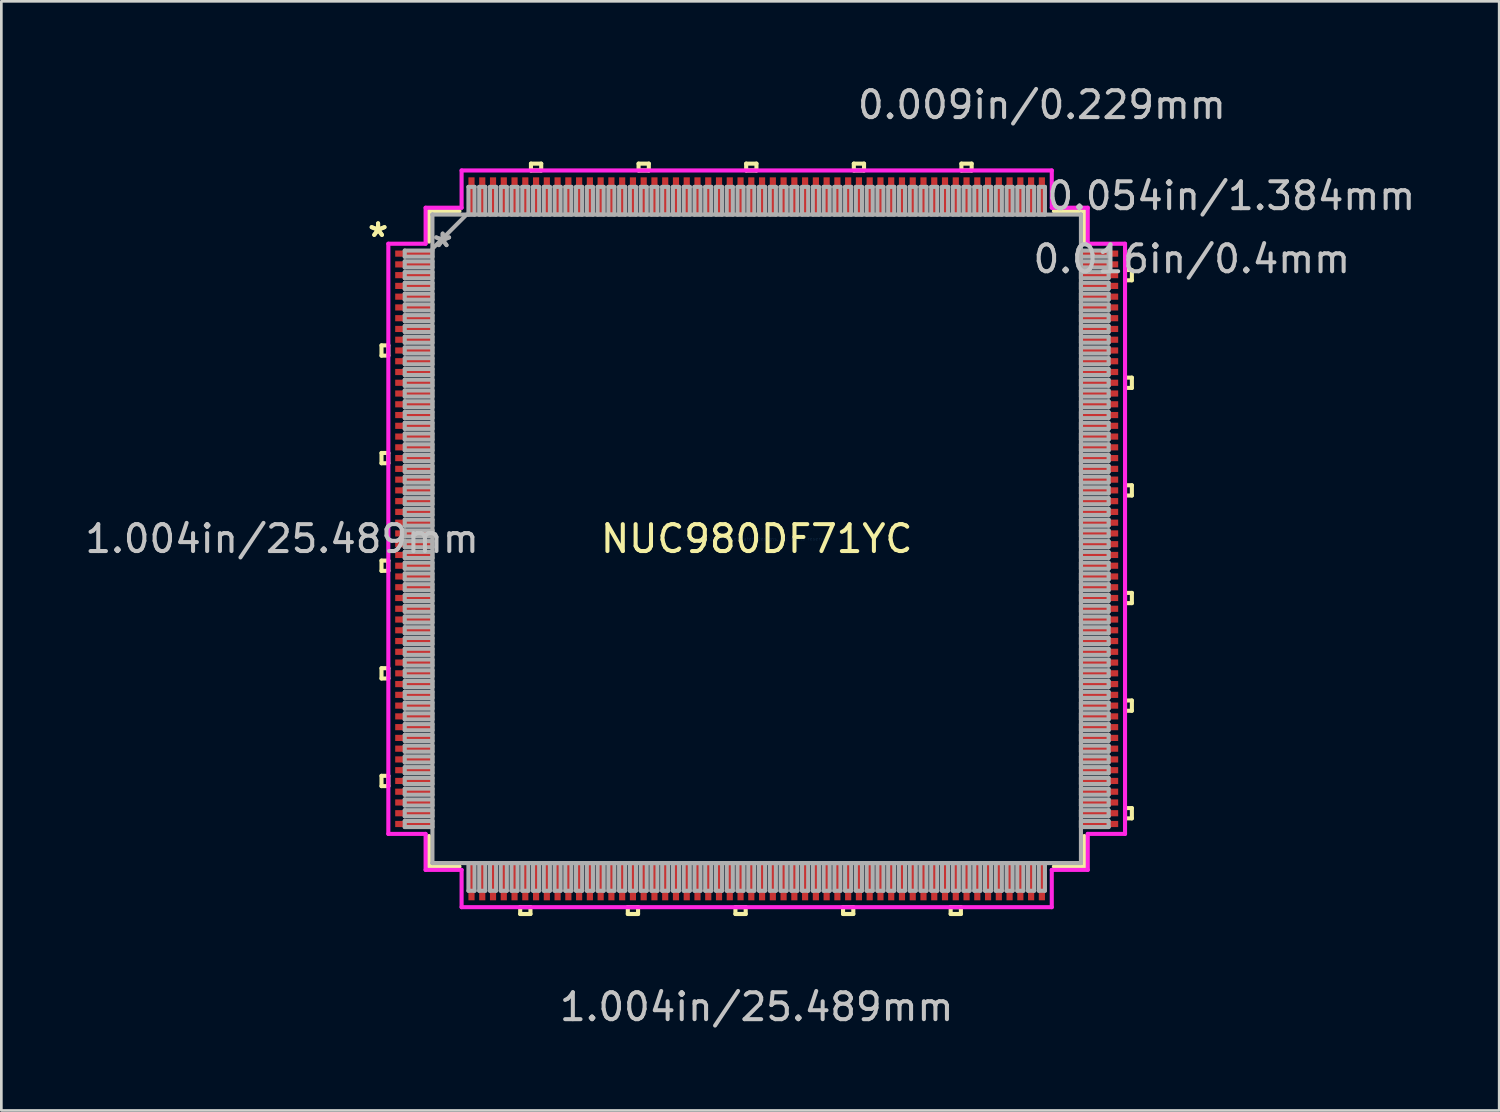
<source format=kicad_pcb>
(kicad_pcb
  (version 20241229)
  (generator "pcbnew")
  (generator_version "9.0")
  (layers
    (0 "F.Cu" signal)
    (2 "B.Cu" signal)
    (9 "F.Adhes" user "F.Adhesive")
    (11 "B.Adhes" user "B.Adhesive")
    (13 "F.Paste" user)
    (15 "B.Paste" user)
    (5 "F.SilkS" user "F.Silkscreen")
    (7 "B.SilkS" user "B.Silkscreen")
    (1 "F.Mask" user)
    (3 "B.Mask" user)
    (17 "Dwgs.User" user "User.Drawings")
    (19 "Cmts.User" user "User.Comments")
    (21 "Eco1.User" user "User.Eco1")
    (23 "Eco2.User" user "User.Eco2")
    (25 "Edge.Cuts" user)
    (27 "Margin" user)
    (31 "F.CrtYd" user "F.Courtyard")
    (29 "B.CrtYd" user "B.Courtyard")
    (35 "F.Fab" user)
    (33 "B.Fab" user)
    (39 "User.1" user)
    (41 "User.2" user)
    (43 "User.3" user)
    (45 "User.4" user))
  (footprint "NUC980DF71YC"
    (layer "F.Cu")
    (at 25.075 16.977)
    (property "Reference" "NUC980DF71YC" (at 0 0 0) (layer "F.SilkS") (effects (font (size 1 1) (thickness 0.15))))
    (attr through_hole)
    (fp_line (start -13.945 -7.19) (end -13.945 -6.809) (stroke (width 0.152) (type solid)) (layer "F.SilkS"))
    (fp_line (start -13.945 -6.809) (end -13.691 -6.809) (stroke (width 0.152) (type solid)) (layer "F.SilkS"))
    (fp_line (start -13.945 -3.19) (end -13.945 -2.809) (stroke (width 0.152) (type solid)) (layer "F.SilkS"))
    (fp_line (start -13.945 -2.809) (end -13.691 -2.809) (stroke (width 0.152) (type solid)) (layer "F.SilkS"))
    (fp_line (start -13.945 0.81) (end -13.945 1.191) (stroke (width 0.152) (type solid)) (layer "F.SilkS"))
    (fp_line (start -13.945 1.191) (end -13.691 1.191) (stroke (width 0.152) (type solid)) (layer "F.SilkS"))
    (fp_line (start -13.945 4.809) (end -13.945 5.191) (stroke (width 0.152) (type solid)) (layer "F.SilkS"))
    (fp_line (start -13.945 5.191) (end -13.691 5.191) (stroke (width 0.152) (type solid)) (layer "F.SilkS"))
    (fp_line (start -13.945 8.809) (end -13.945 9.191) (stroke (width 0.152) (type solid)) (layer "F.SilkS"))
    (fp_line (start -13.945 9.191) (end -13.691 9.191) (stroke (width 0.152) (type solid)) (layer "F.SilkS"))
    (fp_line (start -13.691 -7.19) (end -13.945 -7.19) (stroke (width 0.152) (type solid)) (layer "F.SilkS"))
    (fp_line (start -13.691 -6.809) (end -13.691 -7.19) (stroke (width 0.152) (type solid)) (layer "F.SilkS"))
    (fp_line (start -13.691 -3.19) (end -13.945 -3.19) (stroke (width 0.152) (type solid)) (layer "F.SilkS"))
    (fp_line (start -13.691 -2.809) (end -13.691 -3.19) (stroke (width 0.152) (type solid)) (layer "F.SilkS"))
    (fp_line (start -13.691 0.81) (end -13.945 0.81) (stroke (width 0.152) (type solid)) (layer "F.SilkS"))
    (fp_line (start -13.691 1.191) (end -13.691 0.81) (stroke (width 0.152) (type solid)) (layer "F.SilkS"))
    (fp_line (start -13.691 4.809) (end -13.945 4.809) (stroke (width 0.152) (type solid)) (layer "F.SilkS"))
    (fp_line (start -13.691 5.191) (end -13.691 4.809) (stroke (width 0.152) (type solid)) (layer "F.SilkS"))
    (fp_line (start -13.691 8.809) (end -13.945 8.809) (stroke (width 0.152) (type solid)) (layer "F.SilkS"))
    (fp_line (start -13.691 9.191) (end -13.691 8.809) (stroke (width 0.152) (type solid)) (layer "F.SilkS"))
    (fp_line (start -12.179 -12.179) (end -12.179 -11.047) (stroke (width 0.152) (type solid)) (layer "F.SilkS"))
    (fp_line (start -12.179 11.047) (end -12.179 12.179) (stroke (width 0.152) (type solid)) (layer "F.SilkS"))
    (fp_line (start -12.179 12.179) (end -11.047 12.179) (stroke (width 0.152) (type solid)) (layer "F.SilkS"))
    (fp_line (start -11.047 -12.179) (end -12.179 -12.179) (stroke (width 0.152) (type solid)) (layer "F.SilkS"))
    (fp_line (start -8.79 13.691) (end -8.79 13.945) (stroke (width 0.152) (type solid)) (layer "F.SilkS"))
    (fp_line (start -8.79 13.945) (end -8.409 13.945) (stroke (width 0.152) (type solid)) (layer "F.SilkS"))
    (fp_line (start -8.409 13.691) (end -8.79 13.691) (stroke (width 0.152) (type solid)) (layer "F.SilkS"))
    (fp_line (start -8.409 13.945) (end -8.409 13.691) (stroke (width 0.152) (type solid)) (layer "F.SilkS"))
    (fp_line (start -8.39 -13.945) (end -8.009 -13.945) (stroke (width 0.152) (type solid)) (layer "F.SilkS"))
    (fp_line (start -8.39 -13.691) (end -8.39 -13.945) (stroke (width 0.152) (type solid)) (layer "F.SilkS"))
    (fp_line (start -8.009 -13.945) (end -8.009 -13.691) (stroke (width 0.152) (type solid)) (layer "F.SilkS"))
    (fp_line (start -8.009 -13.691) (end -8.39 -13.691) (stroke (width 0.152) (type solid)) (layer "F.SilkS"))
    (fp_line (start -4.79 13.691) (end -4.79 13.945) (stroke (width 0.152) (type solid)) (layer "F.SilkS"))
    (fp_line (start -4.79 13.945) (end -4.409 13.945) (stroke (width 0.152) (type solid)) (layer "F.SilkS"))
    (fp_line (start -4.409 13.691) (end -4.79 13.691) (stroke (width 0.152) (type solid)) (layer "F.SilkS"))
    (fp_line (start -4.409 13.945) (end -4.409 13.691) (stroke (width 0.152) (type solid)) (layer "F.SilkS"))
    (fp_line (start -4.39 -13.945) (end -4.009 -13.945) (stroke (width 0.152) (type solid)) (layer "F.SilkS"))
    (fp_line (start -4.39 -13.691) (end -4.39 -13.945) (stroke (width 0.152) (type solid)) (layer "F.SilkS"))
    (fp_line (start -4.009 -13.945) (end -4.009 -13.691) (stroke (width 0.152) (type solid)) (layer "F.SilkS"))
    (fp_line (start -4.009 -13.691) (end -4.39 -13.691) (stroke (width 0.152) (type solid)) (layer "F.SilkS"))
    (fp_line (start -0.79 13.691) (end -0.79 13.945) (stroke (width 0.152) (type solid)) (layer "F.SilkS"))
    (fp_line (start -0.79 13.945) (end -0.409 13.945) (stroke (width 0.152) (type solid)) (layer "F.SilkS"))
    (fp_line (start -0.409 13.691) (end -0.79 13.691) (stroke (width 0.152) (type solid)) (layer "F.SilkS"))
    (fp_line (start -0.409 13.945) (end -0.409 13.691) (stroke (width 0.152) (type solid)) (layer "F.SilkS"))
    (fp_line (start -0.391 -13.945) (end -0.009 -13.945) (stroke (width 0.152) (type solid)) (layer "F.SilkS"))
    (fp_line (start -0.391 -13.691) (end -0.391 -13.945) (stroke (width 0.152) (type solid)) (layer "F.SilkS"))
    (fp_line (start -0.009 -13.945) (end -0.009 -13.691) (stroke (width 0.152) (type solid)) (layer "F.SilkS"))
    (fp_line (start -0.009 -13.691) (end -0.391 -13.691) (stroke (width 0.152) (type solid)) (layer "F.SilkS"))
    (fp_line (start 3.21 13.691) (end 3.21 13.945) (stroke (width 0.152) (type solid)) (layer "F.SilkS"))
    (fp_line (start 3.21 13.945) (end 3.591 13.945) (stroke (width 0.152) (type solid)) (layer "F.SilkS"))
    (fp_line (start 3.591 13.691) (end 3.21 13.691) (stroke (width 0.152) (type solid)) (layer "F.SilkS"))
    (fp_line (start 3.591 13.945) (end 3.591 13.691) (stroke (width 0.152) (type solid)) (layer "F.SilkS"))
    (fp_line (start 3.61 -13.945) (end 3.99 -13.945) (stroke (width 0.152) (type solid)) (layer "F.SilkS"))
    (fp_line (start 3.61 -13.691) (end 3.61 -13.945) (stroke (width 0.152) (type solid)) (layer "F.SilkS"))
    (fp_line (start 3.99 -13.945) (end 3.99 -13.691) (stroke (width 0.152) (type solid)) (layer "F.SilkS"))
    (fp_line (start 3.99 -13.691) (end 3.61 -13.691) (stroke (width 0.152) (type solid)) (layer "F.SilkS"))
    (fp_line (start 7.21 13.691) (end 7.21 13.945) (stroke (width 0.152) (type solid)) (layer "F.SilkS"))
    (fp_line (start 7.21 13.945) (end 7.59 13.945) (stroke (width 0.152) (type solid)) (layer "F.SilkS"))
    (fp_line (start 7.59 13.691) (end 7.21 13.691) (stroke (width 0.152) (type solid)) (layer "F.SilkS"))
    (fp_line (start 7.59 13.945) (end 7.59 13.691) (stroke (width 0.152) (type solid)) (layer "F.SilkS"))
    (fp_line (start 7.609 -13.945) (end 7.99 -13.945) (stroke (width 0.152) (type solid)) (layer "F.SilkS"))
    (fp_line (start 7.609 -13.691) (end 7.609 -13.945) (stroke (width 0.152) (type solid)) (layer "F.SilkS"))
    (fp_line (start 7.99 -13.945) (end 7.99 -13.691) (stroke (width 0.152) (type solid)) (layer "F.SilkS"))
    (fp_line (start 7.99 -13.691) (end 7.609 -13.691) (stroke (width 0.152) (type solid)) (layer "F.SilkS"))
    (fp_line (start 11.047 12.179) (end 12.179 12.179) (stroke (width 0.152) (type solid)) (layer "F.SilkS"))
    (fp_line (start 12.179 -12.179) (end 11.047 -12.179) (stroke (width 0.152) (type solid)) (layer "F.SilkS"))
    (fp_line (start 12.179 -11.047) (end 12.179 -12.179) (stroke (width 0.152) (type solid)) (layer "F.SilkS"))
    (fp_line (start 12.179 12.179) (end 12.179 11.047) (stroke (width 0.152) (type solid)) (layer "F.SilkS"))
    (fp_line (start 13.691 -9.99) (end 13.945 -9.99) (stroke (width 0.152) (type solid)) (layer "F.SilkS"))
    (fp_line (start 13.691 -9.609) (end 13.691 -9.99) (stroke (width 0.152) (type solid)) (layer "F.SilkS"))
    (fp_line (start 13.691 -5.99) (end 13.945 -5.99) (stroke (width 0.152) (type solid)) (layer "F.SilkS"))
    (fp_line (start 13.691 -5.609) (end 13.691 -5.99) (stroke (width 0.152) (type solid)) (layer "F.SilkS"))
    (fp_line (start 13.691 -1.99) (end 13.945 -1.99) (stroke (width 0.152) (type solid)) (layer "F.SilkS"))
    (fp_line (start 13.691 -1.609) (end 13.691 -1.99) (stroke (width 0.152) (type solid)) (layer "F.SilkS"))
    (fp_line (start 13.691 2.01) (end 13.945 2.01) (stroke (width 0.152) (type solid)) (layer "F.SilkS"))
    (fp_line (start 13.691 2.391) (end 13.691 2.01) (stroke (width 0.152) (type solid)) (layer "F.SilkS"))
    (fp_line (start 13.691 6.01) (end 13.945 6.01) (stroke (width 0.152) (type solid)) (layer "F.SilkS"))
    (fp_line (start 13.691 6.391) (end 13.691 6.01) (stroke (width 0.152) (type solid)) (layer "F.SilkS"))
    (fp_line (start 13.691 10.009) (end 13.945 10.009) (stroke (width 0.152) (type solid)) (layer "F.SilkS"))
    (fp_line (start 13.691 10.39) (end 13.691 10.009) (stroke (width 0.152) (type solid)) (layer "F.SilkS"))
    (fp_line (start 13.945 -9.99) (end 13.945 -9.609) (stroke (width 0.152) (type solid)) (layer "F.SilkS"))
    (fp_line (start 13.945 -9.609) (end 13.691 -9.609) (stroke (width 0.152) (type solid)) (layer "F.SilkS"))
    (fp_line (start 13.945 -5.99) (end 13.945 -5.609) (stroke (width 0.152) (type solid)) (layer "F.SilkS"))
    (fp_line (start 13.945 -5.609) (end 13.691 -5.609) (stroke (width 0.152) (type solid)) (layer "F.SilkS"))
    (fp_line (start 13.945 -1.99) (end 13.945 -1.609) (stroke (width 0.152) (type solid)) (layer "F.SilkS"))
    (fp_line (start 13.945 -1.609) (end 13.691 -1.609) (stroke (width 0.152) (type solid)) (layer "F.SilkS"))
    (fp_line (start 13.945 2.01) (end 13.945 2.391) (stroke (width 0.152) (type solid)) (layer "F.SilkS"))
    (fp_line (start 13.945 2.391) (end 13.691 2.391) (stroke (width 0.152) (type solid)) (layer "F.SilkS"))
    (fp_line (start 13.945 6.01) (end 13.945 6.391) (stroke (width 0.152) (type solid)) (layer "F.SilkS"))
    (fp_line (start 13.945 6.391) (end 13.691 6.391) (stroke (width 0.152) (type solid)) (layer "F.SilkS"))
    (fp_line (start 13.945 10.009) (end 13.945 10.39) (stroke (width 0.152) (type solid)) (layer "F.SilkS"))
    (fp_line (start 13.945 10.39) (end 13.691 10.39) (stroke (width 0.152) (type solid)) (layer "F.SilkS"))
    (fp_line (start -13.691 -10.968) (end -12.306 -10.968) (stroke (width 0.152) (type solid)) (layer "F.CrtYd"))
    (fp_line (start -13.691 10.968) (end -13.691 -10.968) (stroke (width 0.152) (type solid)) (layer "F.CrtYd"))
    (fp_line (start -12.306 -12.306) (end -10.968 -12.306) (stroke (width 0.152) (type solid)) (layer "F.CrtYd"))
    (fp_line (start -12.306 -10.968) (end -12.306 -12.306) (stroke (width 0.152) (type solid)) (layer "F.CrtYd"))
    (fp_line (start -12.306 10.968) (end -13.691 10.968) (stroke (width 0.152) (type solid)) (layer "F.CrtYd"))
    (fp_line (start -12.306 12.306) (end -12.306 10.968) (stroke (width 0.152) (type solid)) (layer "F.CrtYd"))
    (fp_line (start -10.968 -13.691) (end 10.968 -13.691) (stroke (width 0.152) (type solid)) (layer "F.CrtYd"))
    (fp_line (start -10.968 -12.306) (end -10.968 -13.691) (stroke (width 0.152) (type solid)) (layer "F.CrtYd"))
    (fp_line (start -10.968 12.306) (end -12.306 12.306) (stroke (width 0.152) (type solid)) (layer "F.CrtYd"))
    (fp_line (start -10.968 13.691) (end -10.968 12.306) (stroke (width 0.152) (type solid)) (layer "F.CrtYd"))
    (fp_line (start 10.968 -13.691) (end 10.968 -12.306) (stroke (width 0.152) (type solid)) (layer "F.CrtYd"))
    (fp_line (start 10.968 -12.306) (end 12.306 -12.306) (stroke (width 0.152) (type solid)) (layer "F.CrtYd"))
    (fp_line (start 10.968 12.306) (end 10.968 13.691) (stroke (width 0.152) (type solid)) (layer "F.CrtYd"))
    (fp_line (start 10.968 13.691) (end -10.968 13.691) (stroke (width 0.152) (type solid)) (layer "F.CrtYd"))
    (fp_line (start 12.306 -12.306) (end 12.306 -10.968) (stroke (width 0.152) (type solid)) (layer "F.CrtYd"))
    (fp_line (start 12.306 -10.968) (end 13.691 -10.968) (stroke (width 0.152) (type solid)) (layer "F.CrtYd"))
    (fp_line (start 12.306 10.968) (end 12.306 12.306) (stroke (width 0.152) (type solid)) (layer "F.CrtYd"))
    (fp_line (start 12.306 12.306) (end 10.968 12.306) (stroke (width 0.152) (type solid)) (layer "F.CrtYd"))
    (fp_line (start 13.691 -10.968) (end 13.691 10.968) (stroke (width 0.152) (type solid)) (layer "F.CrtYd"))
    (fp_line (start 13.691 10.968) (end 12.306 10.968) (stroke (width 0.152) (type solid)) (layer "F.CrtYd"))
    (fp_line (start -13.081 -10.714) (end -13.081 -10.486) (stroke (width 0.152) (type solid)) (layer "F.Fab"))
    (fp_line (start -13.081 -10.486) (end -12.052 -10.486) (stroke (width 0.152) (type solid)) (layer "F.Fab"))
    (fp_line (start -13.081 -10.314) (end -13.081 -10.086) (stroke (width 0.152) (type solid)) (layer "F.Fab"))
    (fp_line (start -13.081 -10.086) (end -12.052 -10.086) (stroke (width 0.152) (type solid)) (layer "F.Fab"))
    (fp_line (start -13.081 -9.914) (end -13.081 -9.686) (stroke (width 0.152) (type solid)) (layer "F.Fab"))
    (fp_line (start -13.081 -9.686) (end -12.052 -9.686) (stroke (width 0.152) (type solid)) (layer "F.Fab"))
    (fp_line (start -13.081 -9.514) (end -13.081 -9.286) (stroke (width 0.152) (type solid)) (layer "F.Fab"))
    (fp_line (start -13.081 -9.286) (end -12.052 -9.286) (stroke (width 0.152) (type solid)) (layer "F.Fab"))
    (fp_line (start -13.081 -9.114) (end -13.081 -8.886) (stroke (width 0.152) (type solid)) (layer "F.Fab"))
    (fp_line (start -13.081 -8.886) (end -12.052 -8.886) (stroke (width 0.152) (type solid)) (layer "F.Fab"))
    (fp_line (start -13.081 -8.714) (end -13.081 -8.486) (stroke (width 0.152) (type solid)) (layer "F.Fab"))
    (fp_line (start -13.081 -8.486) (end -12.052 -8.486) (stroke (width 0.152) (type solid)) (layer "F.Fab"))
    (fp_line (start -13.081 -8.314) (end -13.081 -8.086) (stroke (width 0.152) (type solid)) (layer "F.Fab"))
    (fp_line (start -13.081 -8.086) (end -12.052 -8.086) (stroke (width 0.152) (type solid)) (layer "F.Fab"))
    (fp_line (start -13.081 -7.914) (end -13.081 -7.686) (stroke (width 0.152) (type solid)) (layer "F.Fab"))
    (fp_line (start -13.081 -7.686) (end -12.052 -7.686) (stroke (width 0.152) (type solid)) (layer "F.Fab"))
    (fp_line (start -13.081 -7.514) (end -13.081 -7.286) (stroke (width 0.152) (type solid)) (layer "F.Fab"))
    (fp_line (start -13.081 -7.286) (end -12.052 -7.286) (stroke (width 0.152) (type solid)) (layer "F.Fab"))
    (fp_line (start -13.081 -7.114) (end -13.081 -6.886) (stroke (width 0.152) (type solid)) (layer "F.Fab"))
    (fp_line (start -13.081 -6.886) (end -12.052 -6.886) (stroke (width 0.152) (type solid)) (layer "F.Fab"))
    (fp_line (start -13.081 -6.714) (end -13.081 -6.486) (stroke (width 0.152) (type solid)) (layer "F.Fab"))
    (fp_line (start -13.081 -6.486) (end -12.052 -6.486) (stroke (width 0.152) (type solid)) (layer "F.Fab"))
    (fp_line (start -13.081 -6.314) (end -13.081 -6.086) (stroke (width 0.152) (type solid)) (layer "F.Fab"))
    (fp_line (start -13.081 -6.086) (end -12.052 -6.086) (stroke (width 0.152) (type solid)) (layer "F.Fab"))
    (fp_line (start -13.081 -5.914) (end -13.081 -5.686) (stroke (width 0.152) (type solid)) (layer "F.Fab"))
    (fp_line (start -13.081 -5.686) (end -12.052 -5.686) (stroke (width 0.152) (type solid)) (layer "F.Fab"))
    (fp_line (start -13.081 -5.514) (end -13.081 -5.286) (stroke (width 0.152) (type solid)) (layer "F.Fab"))
    (fp_line (start -13.081 -5.286) (end -12.052 -5.286) (stroke (width 0.152) (type solid)) (layer "F.Fab"))
    (fp_line (start -13.081 -5.114) (end -13.081 -4.886) (stroke (width 0.152) (type solid)) (layer "F.Fab"))
    (fp_line (start -13.081 -4.886) (end -12.052 -4.886) (stroke (width 0.152) (type solid)) (layer "F.Fab"))
    (fp_line (start -13.081 -4.714) (end -13.081 -4.486) (stroke (width 0.152) (type solid)) (layer "F.Fab"))
    (fp_line (start -13.081 -4.486) (end -12.052 -4.486) (stroke (width 0.152) (type solid)) (layer "F.Fab"))
    (fp_line (start -13.081 -4.314) (end -13.081 -4.086) (stroke (width 0.152) (type solid)) (layer "F.Fab"))
    (fp_line (start -13.081 -4.086) (end -12.052 -4.086) (stroke (width 0.152) (type solid)) (layer "F.Fab"))
    (fp_line (start -13.081 -3.914) (end -13.081 -3.686) (stroke (width 0.152) (type solid)) (layer "F.Fab"))
    (fp_line (start -13.081 -3.686) (end -12.052 -3.686) (stroke (width 0.152) (type solid)) (layer "F.Fab"))
    (fp_line (start -13.081 -3.514) (end -13.081 -3.286) (stroke (width 0.152) (type solid)) (layer "F.Fab"))
    (fp_line (start -13.081 -3.286) (end -12.052 -3.286) (stroke (width 0.152) (type solid)) (layer "F.Fab"))
    (fp_line (start -13.081 -3.114) (end -13.081 -2.886) (stroke (width 0.152) (type solid)) (layer "F.Fab"))
    (fp_line (start -13.081 -2.886) (end -12.052 -2.886) (stroke (width 0.152) (type solid)) (layer "F.Fab"))
    (fp_line (start -13.081 -2.714) (end -13.081 -2.486) (stroke (width 0.152) (type solid)) (layer "F.Fab"))
    (fp_line (start -13.081 -2.486) (end -12.052 -2.486) (stroke (width 0.152) (type solid)) (layer "F.Fab"))
    (fp_line (start -13.081 -2.314) (end -13.081 -2.086) (stroke (width 0.152) (type solid)) (layer "F.Fab"))
    (fp_line (start -13.081 -2.086) (end -12.052 -2.086) (stroke (width 0.152) (type solid)) (layer "F.Fab"))
    (fp_line (start -13.081 -1.914) (end -13.081 -1.686) (stroke (width 0.152) (type solid)) (layer "F.Fab"))
    (fp_line (start -13.081 -1.686) (end -12.052 -1.686) (stroke (width 0.152) (type solid)) (layer "F.Fab"))
    (fp_line (start -13.081 -1.514) (end -13.081 -1.286) (stroke (width 0.152) (type solid)) (layer "F.Fab"))
    (fp_line (start -13.081 -1.286) (end -12.052 -1.286) (stroke (width 0.152) (type solid)) (layer "F.Fab"))
    (fp_line (start -13.081 -1.114) (end -13.081 -0.886) (stroke (width 0.152) (type solid)) (layer "F.Fab"))
    (fp_line (start -13.081 -0.886) (end -12.052 -0.886) (stroke (width 0.152) (type solid)) (layer "F.Fab"))
    (fp_line (start -13.081 -0.714) (end -13.081 -0.486) (stroke (width 0.152) (type solid)) (layer "F.Fab"))
    (fp_line (start -13.081 -0.486) (end -12.052 -0.486) (stroke (width 0.152) (type solid)) (layer "F.Fab"))
    (fp_line (start -13.081 -0.314) (end -13.081 -0.086) (stroke (width 0.152) (type solid)) (layer "F.Fab"))
    (fp_line (start -13.081 -0.086) (end -12.052 -0.086) (stroke (width 0.152) (type solid)) (layer "F.Fab"))
    (fp_line (start -13.081 0.086) (end -13.081 0.314) (stroke (width 0.152) (type solid)) (layer "F.Fab"))
    (fp_line (start -13.081 0.314) (end -12.052 0.314) (stroke (width 0.152) (type solid)) (layer "F.Fab"))
    (fp_line (start -13.081 0.486) (end -13.081 0.714) (stroke (width 0.152) (type solid)) (layer "F.Fab"))
    (fp_line (start -13.081 0.714) (end -12.052 0.714) (stroke (width 0.152) (type solid)) (layer "F.Fab"))
    (fp_line (start -13.081 0.886) (end -13.081 1.114) (stroke (width 0.152) (type solid)) (layer "F.Fab"))
    (fp_line (start -13.081 1.114) (end -12.052 1.114) (stroke (width 0.152) (type solid)) (layer "F.Fab"))
    (fp_line (start -13.081 1.286) (end -13.081 1.514) (stroke (width 0.152) (type solid)) (layer "F.Fab"))
    (fp_line (start -13.081 1.514) (end -12.052 1.514) (stroke (width 0.152) (type solid)) (layer "F.Fab"))
    (fp_line (start -13.081 1.686) (end -13.081 1.914) (stroke (width 0.152) (type solid)) (layer "F.Fab"))
    (fp_line (start -13.081 1.914) (end -12.052 1.914) (stroke (width 0.152) (type solid)) (layer "F.Fab"))
    (fp_line (start -13.081 2.086) (end -13.081 2.314) (stroke (width 0.152) (type solid)) (layer "F.Fab"))
    (fp_line (start -13.081 2.314) (end -12.052 2.314) (stroke (width 0.152) (type solid)) (layer "F.Fab"))
    (fp_line (start -13.081 2.486) (end -13.081 2.714) (stroke (width 0.152) (type solid)) (layer "F.Fab"))
    (fp_line (start -13.081 2.714) (end -12.052 2.714) (stroke (width 0.152) (type solid)) (layer "F.Fab"))
    (fp_line (start -13.081 2.886) (end -13.081 3.114) (stroke (width 0.152) (type solid)) (layer "F.Fab"))
    (fp_line (start -13.081 3.114) (end -12.052 3.114) (stroke (width 0.152) (type solid)) (layer "F.Fab"))
    (fp_line (start -13.081 3.286) (end -13.081 3.514) (stroke (width 0.152) (type solid)) (layer "F.Fab"))
    (fp_line (start -13.081 3.514) (end -12.052 3.514) (stroke (width 0.152) (type solid)) (layer "F.Fab"))
    (fp_line (start -13.081 3.686) (end -13.081 3.914) (stroke (width 0.152) (type solid)) (layer "F.Fab"))
    (fp_line (start -13.081 3.914) (end -12.052 3.914) (stroke (width 0.152) (type solid)) (layer "F.Fab"))
    (fp_line (start -13.081 4.086) (end -13.081 4.314) (stroke (width 0.152) (type solid)) (layer "F.Fab"))
    (fp_line (start -13.081 4.314) (end -12.052 4.314) (stroke (width 0.152) (type solid)) (layer "F.Fab"))
    (fp_line (start -13.081 4.486) (end -13.081 4.714) (stroke (width 0.152) (type solid)) (layer "F.Fab"))
    (fp_line (start -13.081 4.714) (end -12.052 4.714) (stroke (width 0.152) (type solid)) (layer "F.Fab"))
    (fp_line (start -13.081 4.886) (end -13.081 5.114) (stroke (width 0.152) (type solid)) (layer "F.Fab"))
    (fp_line (start -13.081 5.114) (end -12.052 5.114) (stroke (width 0.152) (type solid)) (layer "F.Fab"))
    (fp_line (start -13.081 5.286) (end -13.081 5.514) (stroke (width 0.152) (type solid)) (layer "F.Fab"))
    (fp_line (start -13.081 5.514) (end -12.052 5.514) (stroke (width 0.152) (type solid)) (layer "F.Fab"))
    (fp_line (start -13.081 5.686) (end -13.081 5.914) (stroke (width 0.152) (type solid)) (layer "F.Fab"))
    (fp_line (start -13.081 5.914) (end -12.052 5.914) (stroke (width 0.152) (type solid)) (layer "F.Fab"))
    (fp_line (start -13.081 6.086) (end -13.081 6.314) (stroke (width 0.152) (type solid)) (layer "F.Fab"))
    (fp_line (start -13.081 6.314) (end -12.052 6.314) (stroke (width 0.152) (type solid)) (layer "F.Fab"))
    (fp_line (start -13.081 6.486) (end -13.081 6.714) (stroke (width 0.152) (type solid)) (layer "F.Fab"))
    (fp_line (start -13.081 6.714) (end -12.052 6.714) (stroke (width 0.152) (type solid)) (layer "F.Fab"))
    (fp_line (start -13.081 6.886) (end -13.081 7.114) (stroke (width 0.152) (type solid)) (layer "F.Fab"))
    (fp_line (start -13.081 7.114) (end -12.052 7.114) (stroke (width 0.152) (type solid)) (layer "F.Fab"))
    (fp_line (start -13.081 7.286) (end -13.081 7.514) (stroke (width 0.152) (type solid)) (layer "F.Fab"))
    (fp_line (start -13.081 7.514) (end -12.052 7.514) (stroke (width 0.152) (type solid)) (layer "F.Fab"))
    (fp_line (start -13.081 7.686) (end -13.081 7.914) (stroke (width 0.152) (type solid)) (layer "F.Fab"))
    (fp_line (start -13.081 7.914) (end -12.052 7.914) (stroke (width 0.152) (type solid)) (layer "F.Fab"))
    (fp_line (start -13.081 8.086) (end -13.081 8.314) (stroke (width 0.152) (type solid)) (layer "F.Fab"))
    (fp_line (start -13.081 8.314) (end -12.052 8.314) (stroke (width 0.152) (type solid)) (layer "F.Fab"))
    (fp_line (start -13.081 8.486) (end -13.081 8.714) (stroke (width 0.152) (type solid)) (layer "F.Fab"))
    (fp_line (start -13.081 8.714) (end -12.052 8.714) (stroke (width 0.152) (type solid)) (layer "F.Fab"))
    (fp_line (start -13.081 8.886) (end -13.081 9.114) (stroke (width 0.152) (type solid)) (layer "F.Fab"))
    (fp_line (start -13.081 9.114) (end -12.052 9.114) (stroke (width 0.152) (type solid)) (layer "F.Fab"))
    (fp_line (start -13.081 9.286) (end -13.081 9.514) (stroke (width 0.152) (type solid)) (layer "F.Fab"))
    (fp_line (start -13.081 9.514) (end -12.052 9.514) (stroke (width 0.152) (type solid)) (layer "F.Fab"))
    (fp_line (start -13.081 9.686) (end -13.081 9.914) (stroke (width 0.152) (type solid)) (layer "F.Fab"))
    (fp_line (start -13.081 9.914) (end -12.052 9.914) (stroke (width 0.152) (type solid)) (layer "F.Fab"))
    (fp_line (start -13.081 10.086) (end -13.081 10.314) (stroke (width 0.152) (type solid)) (layer "F.Fab"))
    (fp_line (start -13.081 10.314) (end -12.052 10.314) (stroke (width 0.152) (type solid)) (layer "F.Fab"))
    (fp_line (start -13.081 10.486) (end -13.081 10.714) (stroke (width 0.152) (type solid)) (layer "F.Fab"))
    (fp_line (start -13.081 10.714) (end -12.052 10.714) (stroke (width 0.152) (type solid)) (layer "F.Fab"))
    (fp_line (start -12.052 -12.052) (end -12.052 -12.052) (stroke (width 0.152) (type solid)) (layer "F.Fab"))
    (fp_line (start -12.052 -12.052) (end -12.052 12.052) (stroke (width 0.152) (type solid)) (layer "F.Fab"))
    (fp_line (start -12.052 -10.782) (end -10.782 -12.052) (stroke (width 0.152) (type solid)) (layer "F.Fab"))
    (fp_line (start -12.052 -10.714) (end -13.081 -10.714) (stroke (width 0.152) (type solid)) (layer "F.Fab"))
    (fp_line (start -12.052 -10.486) (end -12.052 -10.714) (stroke (width 0.152) (type solid)) (layer "F.Fab"))
    (fp_line (start -12.052 -10.314) (end -13.081 -10.314) (stroke (width 0.152) (type solid)) (layer "F.Fab"))
    (fp_line (start -12.052 -10.086) (end -12.052 -10.314) (stroke (width 0.152) (type solid)) (layer "F.Fab"))
    (fp_line (start -12.052 -9.914) (end -13.081 -9.914) (stroke (width 0.152) (type solid)) (layer "F.Fab"))
    (fp_line (start -12.052 -9.686) (end -12.052 -9.914) (stroke (width 0.152) (type solid)) (layer "F.Fab"))
    (fp_line (start -12.052 -9.514) (end -13.081 -9.514) (stroke (width 0.152) (type solid)) (layer "F.Fab"))
    (fp_line (start -12.052 -9.286) (end -12.052 -9.514) (stroke (width 0.152) (type solid)) (layer "F.Fab"))
    (fp_line (start -12.052 -9.114) (end -13.081 -9.114) (stroke (width 0.152) (type solid)) (layer "F.Fab"))
    (fp_line (start -12.052 -8.886) (end -12.052 -9.114) (stroke (width 0.152) (type solid)) (layer "F.Fab"))
    (fp_line (start -12.052 -8.714) (end -13.081 -8.714) (stroke (width 0.152) (type solid)) (layer "F.Fab"))
    (fp_line (start -12.052 -8.486) (end -12.052 -8.714) (stroke (width 0.152) (type solid)) (layer "F.Fab"))
    (fp_line (start -12.052 -8.314) (end -13.081 -8.314) (stroke (width 0.152) (type solid)) (layer "F.Fab"))
    (fp_line (start -12.052 -8.086) (end -12.052 -8.314) (stroke (width 0.152) (type solid)) (layer "F.Fab"))
    (fp_line (start -12.052 -7.914) (end -13.081 -7.914) (stroke (width 0.152) (type solid)) (layer "F.Fab"))
    (fp_line (start -12.052 -7.686) (end -12.052 -7.914) (stroke (width 0.152) (type solid)) (layer "F.Fab"))
    (fp_line (start -12.052 -7.514) (end -13.081 -7.514) (stroke (width 0.152) (type solid)) (layer "F.Fab"))
    (fp_line (start -12.052 -7.286) (end -12.052 -7.514) (stroke (width 0.152) (type solid)) (layer "F.Fab"))
    (fp_line (start -12.052 -7.114) (end -13.081 -7.114) (stroke (width 0.152) (type solid)) (layer "F.Fab"))
    (fp_line (start -12.052 -6.886) (end -12.052 -7.114) (stroke (width 0.152) (type solid)) (layer "F.Fab"))
    (fp_line (start -12.052 -6.714) (end -13.081 -6.714) (stroke (width 0.152) (type solid)) (layer "F.Fab"))
    (fp_line (start -12.052 -6.486) (end -12.052 -6.714) (stroke (width 0.152) (type solid)) (layer "F.Fab"))
    (fp_line (start -12.052 -6.314) (end -13.081 -6.314) (stroke (width 0.152) (type solid)) (layer "F.Fab"))
    (fp_line (start -12.052 -6.086) (end -12.052 -6.314) (stroke (width 0.152) (type solid)) (layer "F.Fab"))
    (fp_line (start -12.052 -5.914) (end -13.081 -5.914) (stroke (width 0.152) (type solid)) (layer "F.Fab"))
    (fp_line (start -12.052 -5.686) (end -12.052 -5.914) (stroke (width 0.152) (type solid)) (layer "F.Fab"))
    (fp_line (start -12.052 -5.514) (end -13.081 -5.514) (stroke (width 0.152) (type solid)) (layer "F.Fab"))
    (fp_line (start -12.052 -5.286) (end -12.052 -5.514) (stroke (width 0.152) (type solid)) (layer "F.Fab"))
    (fp_line (start -12.052 -5.114) (end -13.081 -5.114) (stroke (width 0.152) (type solid)) (layer "F.Fab"))
    (fp_line (start -12.052 -4.886) (end -12.052 -5.114) (stroke (width 0.152) (type solid)) (layer "F.Fab"))
    (fp_line (start -12.052 -4.714) (end -13.081 -4.714) (stroke (width 0.152) (type solid)) (layer "F.Fab"))
    (fp_line (start -12.052 -4.486) (end -12.052 -4.714) (stroke (width 0.152) (type solid)) (layer "F.Fab"))
    (fp_line (start -12.052 -4.314) (end -13.081 -4.314) (stroke (width 0.152) (type solid)) (layer "F.Fab"))
    (fp_line (start -12.052 -4.086) (end -12.052 -4.314) (stroke (width 0.152) (type solid)) (layer "F.Fab"))
    (fp_line (start -12.052 -3.914) (end -13.081 -3.914) (stroke (width 0.152) (type solid)) (layer "F.Fab"))
    (fp_line (start -12.052 -3.686) (end -12.052 -3.914) (stroke (width 0.152) (type solid)) (layer "F.Fab"))
    (fp_line (start -12.052 -3.514) (end -13.081 -3.514) (stroke (width 0.152) (type solid)) (layer "F.Fab"))
    (fp_line (start -12.052 -3.286) (end -12.052 -3.514) (stroke (width 0.152) (type solid)) (layer "F.Fab"))
    (fp_line (start -12.052 -3.114) (end -13.081 -3.114) (stroke (width 0.152) (type solid)) (layer "F.Fab"))
    (fp_line (start -12.052 -2.886) (end -12.052 -3.114) (stroke (width 0.152) (type solid)) (layer "F.Fab"))
    (fp_line (start -12.052 -2.714) (end -13.081 -2.714) (stroke (width 0.152) (type solid)) (layer "F.Fab"))
    (fp_line (start -12.052 -2.486) (end -12.052 -2.714) (stroke (width 0.152) (type solid)) (layer "F.Fab"))
    (fp_line (start -12.052 -2.314) (end -13.081 -2.314) (stroke (width 0.152) (type solid)) (layer "F.Fab"))
    (fp_line (start -12.052 -2.086) (end -12.052 -2.314) (stroke (width 0.152) (type solid)) (layer "F.Fab"))
    (fp_line (start -12.052 -1.914) (end -13.081 -1.914) (stroke (width 0.152) (type solid)) (layer "F.Fab"))
    (fp_line (start -12.052 -1.686) (end -12.052 -1.914) (stroke (width 0.152) (type solid)) (layer "F.Fab"))
    (fp_line (start -12.052 -1.514) (end -13.081 -1.514) (stroke (width 0.152) (type solid)) (layer "F.Fab"))
    (fp_line (start -12.052 -1.286) (end -12.052 -1.514) (stroke (width 0.152) (type solid)) (layer "F.Fab"))
    (fp_line (start -12.052 -1.114) (end -13.081 -1.114) (stroke (width 0.152) (type solid)) (layer "F.Fab"))
    (fp_line (start -12.052 -0.886) (end -12.052 -1.114) (stroke (width 0.152) (type solid)) (layer "F.Fab"))
    (fp_line (start -12.052 -0.714) (end -13.081 -0.714) (stroke (width 0.152) (type solid)) (layer "F.Fab"))
    (fp_line (start -12.052 -0.486) (end -12.052 -0.714) (stroke (width 0.152) (type solid)) (layer "F.Fab"))
    (fp_line (start -12.052 -0.314) (end -13.081 -0.314) (stroke (width 0.152) (type solid)) (layer "F.Fab"))
    (fp_line (start -12.052 -0.086) (end -12.052 -0.314) (stroke (width 0.152) (type solid)) (layer "F.Fab"))
    (fp_line (start -12.052 0.086) (end -13.081 0.086) (stroke (width 0.152) (type solid)) (layer "F.Fab"))
    (fp_line (start -12.052 0.314) (end -12.052 0.086) (stroke (width 0.152) (type solid)) (layer "F.Fab"))
    (fp_line (start -12.052 0.486) (end -13.081 0.486) (stroke (width 0.152) (type solid)) (layer "F.Fab"))
    (fp_line (start -12.052 0.714) (end -12.052 0.486) (stroke (width 0.152) (type solid)) (layer "F.Fab"))
    (fp_line (start -12.052 0.886) (end -13.081 0.886) (stroke (width 0.152) (type solid)) (layer "F.Fab"))
    (fp_line (start -12.052 1.114) (end -12.052 0.886) (stroke (width 0.152) (type solid)) (layer "F.Fab"))
    (fp_line (start -12.052 1.286) (end -13.081 1.286) (stroke (width 0.152) (type solid)) (layer "F.Fab"))
    (fp_line (start -12.052 1.514) (end -12.052 1.286) (stroke (width 0.152) (type solid)) (layer "F.Fab"))
    (fp_line (start -12.052 1.686) (end -13.081 1.686) (stroke (width 0.152) (type solid)) (layer "F.Fab"))
    (fp_line (start -12.052 1.914) (end -12.052 1.686) (stroke (width 0.152) (type solid)) (layer "F.Fab"))
    (fp_line (start -12.052 2.086) (end -13.081 2.086) (stroke (width 0.152) (type solid)) (layer "F.Fab"))
    (fp_line (start -12.052 2.314) (end -12.052 2.086) (stroke (width 0.152) (type solid)) (layer "F.Fab"))
    (fp_line (start -12.052 2.486) (end -13.081 2.486) (stroke (width 0.152) (type solid)) (layer "F.Fab"))
    (fp_line (start -12.052 2.714) (end -12.052 2.486) (stroke (width 0.152) (type solid)) (layer "F.Fab"))
    (fp_line (start -12.052 2.886) (end -13.081 2.886) (stroke (width 0.152) (type solid)) (layer "F.Fab"))
    (fp_line (start -12.052 3.114) (end -12.052 2.886) (stroke (width 0.152) (type solid)) (layer "F.Fab"))
    (fp_line (start -12.052 3.286) (end -13.081 3.286) (stroke (width 0.152) (type solid)) (layer "F.Fab"))
    (fp_line (start -12.052 3.514) (end -12.052 3.286) (stroke (width 0.152) (type solid)) (layer "F.Fab"))
    (fp_line (start -12.052 3.686) (end -13.081 3.686) (stroke (width 0.152) (type solid)) (layer "F.Fab"))
    (fp_line (start -12.052 3.914) (end -12.052 3.686) (stroke (width 0.152) (type solid)) (layer "F.Fab"))
    (fp_line (start -12.052 4.086) (end -13.081 4.086) (stroke (width 0.152) (type solid)) (layer "F.Fab"))
    (fp_line (start -12.052 4.314) (end -12.052 4.086) (stroke (width 0.152) (type solid)) (layer "F.Fab"))
    (fp_line (start -12.052 4.486) (end -13.081 4.486) (stroke (width 0.152) (type solid)) (layer "F.Fab"))
    (fp_line (start -12.052 4.714) (end -12.052 4.486) (stroke (width 0.152) (type solid)) (layer "F.Fab"))
    (fp_line (start -12.052 4.886) (end -13.081 4.886) (stroke (width 0.152) (type solid)) (layer "F.Fab"))
    (fp_line (start -12.052 5.114) (end -12.052 4.886) (stroke (width 0.152) (type solid)) (layer "F.Fab"))
    (fp_line (start -12.052 5.286) (end -13.081 5.286) (stroke (width 0.152) (type solid)) (layer "F.Fab"))
    (fp_line (start -12.052 5.514) (end -12.052 5.286) (stroke (width 0.152) (type solid)) (layer "F.Fab"))
    (fp_line (start -12.052 5.686) (end -13.081 5.686) (stroke (width 0.152) (type solid)) (layer "F.Fab"))
    (fp_line (start -12.052 5.914) (end -12.052 5.686) (stroke (width 0.152) (type solid)) (layer "F.Fab"))
    (fp_line (start -12.052 6.086) (end -13.081 6.086) (stroke (width 0.152) (type solid)) (layer "F.Fab"))
    (fp_line (start -12.052 6.314) (end -12.052 6.086) (stroke (width 0.152) (type solid)) (layer "F.Fab"))
    (fp_line (start -12.052 6.486) (end -13.081 6.486) (stroke (width 0.152) (type solid)) (layer "F.Fab"))
    (fp_line (start -12.052 6.714) (end -12.052 6.486) (stroke (width 0.152) (type solid)) (layer "F.Fab"))
    (fp_line (start -12.052 6.886) (end -13.081 6.886) (stroke (width 0.152) (type solid)) (layer "F.Fab"))
    (fp_line (start -12.052 7.114) (end -12.052 6.886) (stroke (width 0.152) (type solid)) (layer "F.Fab"))
    (fp_line (start -12.052 7.286) (end -13.081 7.286) (stroke (width 0.152) (type solid)) (layer "F.Fab"))
    (fp_line (start -12.052 7.514) (end -12.052 7.286) (stroke (width 0.152) (type solid)) (layer "F.Fab"))
    (fp_line (start -12.052 7.686) (end -13.081 7.686) (stroke (width 0.152) (type solid)) (layer "F.Fab"))
    (fp_line (start -12.052 7.914) (end -12.052 7.686) (stroke (width 0.152) (type solid)) (layer "F.Fab"))
    (fp_line (start -12.052 8.086) (end -13.081 8.086) (stroke (width 0.152) (type solid)) (layer "F.Fab"))
    (fp_line (start -12.052 8.314) (end -12.052 8.086) (stroke (width 0.152) (type solid)) (layer "F.Fab"))
    (fp_line (start -12.052 8.486) (end -13.081 8.486) (stroke (width 0.152) (type solid)) (layer "F.Fab"))
    (fp_line (start -12.052 8.714) (end -12.052 8.486) (stroke (width 0.152) (type solid)) (layer "F.Fab"))
    (fp_line (start -12.052 8.886) (end -13.081 8.886) (stroke (width 0.152) (type solid)) (layer "F.Fab"))
    (fp_line (start -12.052 9.114) (end -12.052 8.886) (stroke (width 0.152) (type solid)) (layer "F.Fab"))
    (fp_line (start -12.052 9.286) (end -13.081 9.286) (stroke (width 0.152) (type solid)) (layer "F.Fab"))
    (fp_line (start -12.052 9.514) (end -12.052 9.286) (stroke (width 0.152) (type solid)) (layer "F.Fab"))
    (fp_line (start -12.052 9.686) (end -13.081 9.686) (stroke (width 0.152) (type solid)) (layer "F.Fab"))
    (fp_line (start -12.052 9.914) (end -12.052 9.686) (stroke (width 0.152) (type solid)) (layer "F.Fab"))
    (fp_line (start -12.052 10.086) (end -13.081 10.086) (stroke (width 0.152) (type solid)) (layer "F.Fab"))
    (fp_line (start -12.052 10.314) (end -12.052 10.086) (stroke (width 0.152) (type solid)) (layer "F.Fab"))
    (fp_line (start -12.052 10.486) (end -13.081 10.486) (stroke (width 0.152) (type solid)) (layer "F.Fab"))
    (fp_line (start -12.052 10.714) (end -12.052 10.486) (stroke (width 0.152) (type solid)) (layer "F.Fab"))
    (fp_line (start -12.052 12.052) (end -12.052 12.052) (stroke (width 0.152) (type solid)) (layer "F.Fab"))
    (fp_line (start -12.052 12.052) (end 12.052 12.052) (stroke (width 0.152) (type solid)) (layer "F.Fab"))
    (fp_line (start -10.714 -13.081) (end -10.714 -12.052) (stroke (width 0.152) (type solid)) (layer "F.Fab"))
    (fp_line (start -10.714 -12.052) (end -10.486 -12.052) (stroke (width 0.152) (type solid)) (layer "F.Fab"))
    (fp_line (start -10.714 12.052) (end -10.714 13.081) (stroke (width 0.152) (type solid)) (layer "F.Fab"))
    (fp_line (start -10.714 13.081) (end -10.486 13.081) (stroke (width 0.152) (type solid)) (layer "F.Fab"))
    (fp_line (start -10.486 -13.081) (end -10.714 -13.081) (stroke (width 0.152) (type solid)) (layer "F.Fab"))
    (fp_line (start -10.486 -12.052) (end -10.486 -13.081) (stroke (width 0.152) (type solid)) (layer "F.Fab"))
    (fp_line (start -10.486 12.052) (end -10.714 12.052) (stroke (width 0.152) (type solid)) (layer "F.Fab"))
    (fp_line (start -10.486 13.081) (end -10.486 12.052) (stroke (width 0.152) (type solid)) (layer "F.Fab"))
    (fp_line (start -10.314 -13.081) (end -10.314 -12.052) (stroke (width 0.152) (type solid)) (layer "F.Fab"))
    (fp_line (start -10.314 -12.052) (end -10.086 -12.052) (stroke (width 0.152) (type solid)) (layer "F.Fab"))
    (fp_line (start -10.314 12.052) (end -10.314 13.081) (stroke (width 0.152) (type solid)) (layer "F.Fab"))
    (fp_line (start -10.314 13.081) (end -10.086 13.081) (stroke (width 0.152) (type solid)) (layer "F.Fab"))
    (fp_line (start -10.086 -13.081) (end -10.314 -13.081) (stroke (width 0.152) (type solid)) (layer "F.Fab"))
    (fp_line (start -10.086 -12.052) (end -10.086 -13.081) (stroke (width 0.152) (type solid)) (layer "F.Fab"))
    (fp_line (start -10.086 12.052) (end -10.314 12.052) (stroke (width 0.152) (type solid)) (layer "F.Fab"))
    (fp_line (start -10.086 13.081) (end -10.086 12.052) (stroke (width 0.152) (type solid)) (layer "F.Fab"))
    (fp_line (start -9.914 -13.081) (end -9.914 -12.052) (stroke (width 0.152) (type solid)) (layer "F.Fab"))
    (fp_line (start -9.914 -12.052) (end -9.686 -12.052) (stroke (width 0.152) (type solid)) (layer "F.Fab"))
    (fp_line (start -9.914 12.052) (end -9.914 13.081) (stroke (width 0.152) (type solid)) (layer "F.Fab"))
    (fp_line (start -9.914 13.081) (end -9.686 13.081) (stroke (width 0.152) (type solid)) (layer "F.Fab"))
    (fp_line (start -9.686 -13.081) (end -9.914 -13.081) (stroke (width 0.152) (type solid)) (layer "F.Fab"))
    (fp_line (start -9.686 -12.052) (end -9.686 -13.081) (stroke (width 0.152) (type solid)) (layer "F.Fab"))
    (fp_line (start -9.686 12.052) (end -9.914 12.052) (stroke (width 0.152) (type solid)) (layer "F.Fab"))
    (fp_line (start -9.686 13.081) (end -9.686 12.052) (stroke (width 0.152) (type solid)) (layer "F.Fab"))
    (fp_line (start -9.514 -13.081) (end -9.514 -12.052) (stroke (width 0.152) (type solid)) (layer "F.Fab"))
    (fp_line (start -9.514 -12.052) (end -9.286 -12.052) (stroke (width 0.152) (type solid)) (layer "F.Fab"))
    (fp_line (start -9.514 12.052) (end -9.514 13.081) (stroke (width 0.152) (type solid)) (layer "F.Fab"))
    (fp_line (start -9.514 13.081) (end -9.286 13.081) (stroke (width 0.152) (type solid)) (layer "F.Fab"))
    (fp_line (start -9.286 -13.081) (end -9.514 -13.081) (stroke (width 0.152) (type solid)) (layer "F.Fab"))
    (fp_line (start -9.286 -12.052) (end -9.286 -13.081) (stroke (width 0.152) (type solid)) (layer "F.Fab"))
    (fp_line (start -9.286 12.052) (end -9.514 12.052) (stroke (width 0.152) (type solid)) (layer "F.Fab"))
    (fp_line (start -9.286 13.081) (end -9.286 12.052) (stroke (width 0.152) (type solid)) (layer "F.Fab"))
    (fp_line (start -9.114 -13.081) (end -9.114 -12.052) (stroke (width 0.152) (type solid)) (layer "F.Fab"))
    (fp_line (start -9.114 -12.052) (end -8.886 -12.052) (stroke (width 0.152) (type solid)) (layer "F.Fab"))
    (fp_line (start -9.114 12.052) (end -9.114 13.081) (stroke (width 0.152) (type solid)) (layer "F.Fab"))
    (fp_line (start -9.114 13.081) (end -8.886 13.081) (stroke (width 0.152) (type solid)) (layer "F.Fab"))
    (fp_line (start -8.886 -13.081) (end -9.114 -13.081) (stroke (width 0.152) (type solid)) (layer "F.Fab"))
    (fp_line (start -8.886 -12.052) (end -8.886 -13.081) (stroke (width 0.152) (type solid)) (layer "F.Fab"))
    (fp_line (start -8.886 12.052) (end -9.114 12.052) (stroke (width 0.152) (type solid)) (layer "F.Fab"))
    (fp_line (start -8.886 13.081) (end -8.886 12.052) (stroke (width 0.152) (type solid)) (layer "F.Fab"))
    (fp_line (start -8.714 -13.081) (end -8.714 -12.052) (stroke (width 0.152) (type solid)) (layer "F.Fab"))
    (fp_line (start -8.714 -12.052) (end -8.486 -12.052) (stroke (width 0.152) (type solid)) (layer "F.Fab"))
    (fp_line (start -8.714 12.052) (end -8.714 13.081) (stroke (width 0.152) (type solid)) (layer "F.Fab"))
    (fp_line (start -8.714 13.081) (end -8.486 13.081) (stroke (width 0.152) (type solid)) (layer "F.Fab"))
    (fp_line (start -8.486 -13.081) (end -8.714 -13.081) (stroke (width 0.152) (type solid)) (layer "F.Fab"))
    (fp_line (start -8.486 -12.052) (end -8.486 -13.081) (stroke (width 0.152) (type solid)) (layer "F.Fab"))
    (fp_line (start -8.486 12.052) (end -8.714 12.052) (stroke (width 0.152) (type solid)) (layer "F.Fab"))
    (fp_line (start -8.486 13.081) (end -8.486 12.052) (stroke (width 0.152) (type solid)) (layer "F.Fab"))
    (fp_line (start -8.314 -13.081) (end -8.314 -12.052) (stroke (width 0.152) (type solid)) (layer "F.Fab"))
    (fp_line (start -8.314 -12.052) (end -8.086 -12.052) (stroke (width 0.152) (type solid)) (layer "F.Fab"))
    (fp_line (start -8.314 12.052) (end -8.314 13.081) (stroke (width 0.152) (type solid)) (layer "F.Fab"))
    (fp_line (start -8.314 13.081) (end -8.086 13.081) (stroke (width 0.152) (type solid)) (layer "F.Fab"))
    (fp_line (start -8.086 -13.081) (end -8.314 -13.081) (stroke (width 0.152) (type solid)) (layer "F.Fab"))
    (fp_line (start -8.086 -12.052) (end -8.086 -13.081) (stroke (width 0.152) (type solid)) (layer "F.Fab"))
    (fp_line (start -8.086 12.052) (end -8.314 12.052) (stroke (width 0.152) (type solid)) (layer "F.Fab"))
    (fp_line (start -8.086 13.081) (end -8.086 12.052) (stroke (width 0.152) (type solid)) (layer "F.Fab"))
    (fp_line (start -7.914 -13.081) (end -7.914 -12.052) (stroke (width 0.152) (type solid)) (layer "F.Fab"))
    (fp_line (start -7.914 -12.052) (end -7.686 -12.052) (stroke (width 0.152) (type solid)) (layer "F.Fab"))
    (fp_line (start -7.914 12.052) (end -7.914 13.081) (stroke (width 0.152) (type solid)) (layer "F.Fab"))
    (fp_line (start -7.914 13.081) (end -7.686 13.081) (stroke (width 0.152) (type solid)) (layer "F.Fab"))
    (fp_line (start -7.686 -13.081) (end -7.914 -13.081) (stroke (width 0.152) (type solid)) (layer "F.Fab"))
    (fp_line (start -7.686 -12.052) (end -7.686 -13.081) (stroke (width 0.152) (type solid)) (layer "F.Fab"))
    (fp_line (start -7.686 12.052) (end -7.914 12.052) (stroke (width 0.152) (type solid)) (layer "F.Fab"))
    (fp_line (start -7.686 13.081) (end -7.686 12.052) (stroke (width 0.152) (type solid)) (layer "F.Fab"))
    (fp_line (start -7.514 -13.081) (end -7.514 -12.052) (stroke (width 0.152) (type solid)) (layer "F.Fab"))
    (fp_line (start -7.514 -12.052) (end -7.286 -12.052) (stroke (width 0.152) (type solid)) (layer "F.Fab"))
    (fp_line (start -7.514 12.052) (end -7.514 13.081) (stroke (width 0.152) (type solid)) (layer "F.Fab"))
    (fp_line (start -7.514 13.081) (end -7.286 13.081) (stroke (width 0.152) (type solid)) (layer "F.Fab"))
    (fp_line (start -7.286 -13.081) (end -7.514 -13.081) (stroke (width 0.152) (type solid)) (layer "F.Fab"))
    (fp_line (start -7.286 -12.052) (end -7.286 -13.081) (stroke (width 0.152) (type solid)) (layer "F.Fab"))
    (fp_line (start -7.286 12.052) (end -7.514 12.052) (stroke (width 0.152) (type solid)) (layer "F.Fab"))
    (fp_line (start -7.286 13.081) (end -7.286 12.052) (stroke (width 0.152) (type solid)) (layer "F.Fab"))
    (fp_line (start -7.114 -13.081) (end -7.114 -12.052) (stroke (width 0.152) (type solid)) (layer "F.Fab"))
    (fp_line (start -7.114 -12.052) (end -6.886 -12.052) (stroke (width 0.152) (type solid)) (layer "F.Fab"))
    (fp_line (start -7.114 12.052) (end -7.114 13.081) (stroke (width 0.152) (type solid)) (layer "F.Fab"))
    (fp_line (start -7.114 13.081) (end -6.886 13.081) (stroke (width 0.152) (type solid)) (layer "F.Fab"))
    (fp_line (start -6.886 -13.081) (end -7.114 -13.081) (stroke (width 0.152) (type solid)) (layer "F.Fab"))
    (fp_line (start -6.886 -12.052) (end -6.886 -13.081) (stroke (width 0.152) (type solid)) (layer "F.Fab"))
    (fp_line (start -6.886 12.052) (end -7.114 12.052) (stroke (width 0.152) (type solid)) (layer "F.Fab"))
    (fp_line (start -6.886 13.081) (end -6.886 12.052) (stroke (width 0.152) (type solid)) (layer "F.Fab"))
    (fp_line (start -6.714 -13.081) (end -6.714 -12.052) (stroke (width 0.152) (type solid)) (layer "F.Fab"))
    (fp_line (start -6.714 -12.052) (end -6.486 -12.052) (stroke (width 0.152) (type solid)) (layer "F.Fab"))
    (fp_line (start -6.714 12.052) (end -6.714 13.081) (stroke (width 0.152) (type solid)) (layer "F.Fab"))
    (fp_line (start -6.714 13.081) (end -6.486 13.081) (stroke (width 0.152) (type solid)) (layer "F.Fab"))
    (fp_line (start -6.486 -13.081) (end -6.714 -13.081) (stroke (width 0.152) (type solid)) (layer "F.Fab"))
    (fp_line (start -6.486 -12.052) (end -6.486 -13.081) (stroke (width 0.152) (type solid)) (layer "F.Fab"))
    (fp_line (start -6.486 12.052) (end -6.714 12.052) (stroke (width 0.152) (type solid)) (layer "F.Fab"))
    (fp_line (start -6.486 13.081) (end -6.486 12.052) (stroke (width 0.152) (type solid)) (layer "F.Fab"))
    (fp_line (start -6.314 -13.081) (end -6.314 -12.052) (stroke (width 0.152) (type solid)) (layer "F.Fab"))
    (fp_line (start -6.314 -12.052) (end -6.086 -12.052) (stroke (width 0.152) (type solid)) (layer "F.Fab"))
    (fp_line (start -6.314 12.052) (end -6.314 13.081) (stroke (width 0.152) (type solid)) (layer "F.Fab"))
    (fp_line (start -6.314 13.081) (end -6.086 13.081) (stroke (width 0.152) (type solid)) (layer "F.Fab"))
    (fp_line (start -6.086 -13.081) (end -6.314 -13.081) (stroke (width 0.152) (type solid)) (layer "F.Fab"))
    (fp_line (start -6.086 -12.052) (end -6.086 -13.081) (stroke (width 0.152) (type solid)) (layer "F.Fab"))
    (fp_line (start -6.086 12.052) (end -6.314 12.052) (stroke (width 0.152) (type solid)) (layer "F.Fab"))
    (fp_line (start -6.086 13.081) (end -6.086 12.052) (stroke (width 0.152) (type solid)) (layer "F.Fab"))
    (fp_line (start -5.914 -13.081) (end -5.914 -12.052) (stroke (width 0.152) (type solid)) (layer "F.Fab"))
    (fp_line (start -5.914 -12.052) (end -5.686 -12.052) (stroke (width 0.152) (type solid)) (layer "F.Fab"))
    (fp_line (start -5.914 12.052) (end -5.914 13.081) (stroke (width 0.152) (type solid)) (layer "F.Fab"))
    (fp_line (start -5.914 13.081) (end -5.686 13.081) (stroke (width 0.152) (type solid)) (layer "F.Fab"))
    (fp_line (start -5.686 -13.081) (end -5.914 -13.081) (stroke (width 0.152) (type solid)) (layer "F.Fab"))
    (fp_line (start -5.686 -12.052) (end -5.686 -13.081) (stroke (width 0.152) (type solid)) (layer "F.Fab"))
    (fp_line (start -5.686 12.052) (end -5.914 12.052) (stroke (width 0.152) (type solid)) (layer "F.Fab"))
    (fp_line (start -5.686 13.081) (end -5.686 12.052) (stroke (width 0.152) (type solid)) (layer "F.Fab"))
    (fp_line (start -5.514 -13.081) (end -5.514 -12.052) (stroke (width 0.152) (type solid)) (layer "F.Fab"))
    (fp_line (start -5.514 -12.052) (end -5.286 -12.052) (stroke (width 0.152) (type solid)) (layer "F.Fab"))
    (fp_line (start -5.514 12.052) (end -5.514 13.081) (stroke (width 0.152) (type solid)) (layer "F.Fab"))
    (fp_line (start -5.514 13.081) (end -5.286 13.081) (stroke (width 0.152) (type solid)) (layer "F.Fab"))
    (fp_line (start -5.286 -13.081) (end -5.514 -13.081) (stroke (width 0.152) (type solid)) (layer "F.Fab"))
    (fp_line (start -5.286 -12.052) (end -5.286 -13.081) (stroke (width 0.152) (type solid)) (layer "F.Fab"))
    (fp_line (start -5.286 12.052) (end -5.514 12.052) (stroke (width 0.152) (type solid)) (layer "F.Fab"))
    (fp_line (start -5.286 13.081) (end -5.286 12.052) (stroke (width 0.152) (type solid)) (layer "F.Fab"))
    (fp_line (start -5.114 -13.081) (end -5.114 -12.052) (stroke (width 0.152) (type solid)) (layer "F.Fab"))
    (fp_line (start -5.114 -12.052) (end -4.886 -12.052) (stroke (width 0.152) (type solid)) (layer "F.Fab"))
    (fp_line (start -5.114 12.052) (end -5.114 13.081) (stroke (width 0.152) (type solid)) (layer "F.Fab"))
    (fp_line (start -5.114 13.081) (end -4.886 13.081) (stroke (width 0.152) (type solid)) (layer "F.Fab"))
    (fp_line (start -4.886 -13.081) (end -5.114 -13.081) (stroke (width 0.152) (type solid)) (layer "F.Fab"))
    (fp_line (start -4.886 -12.052) (end -4.886 -13.081) (stroke (width 0.152) (type solid)) (layer "F.Fab"))
    (fp_line (start -4.886 12.052) (end -5.114 12.052) (stroke (width 0.152) (type solid)) (layer "F.Fab"))
    (fp_line (start -4.886 13.081) (end -4.886 12.052) (stroke (width 0.152) (type solid)) (layer "F.Fab"))
    (fp_line (start -4.714 -13.081) (end -4.714 -12.052) (stroke (width 0.152) (type solid)) (layer "F.Fab"))
    (fp_line (start -4.714 -12.052) (end -4.486 -12.052) (stroke (width 0.152) (type solid)) (layer "F.Fab"))
    (fp_line (start -4.714 12.052) (end -4.714 13.081) (stroke (width 0.152) (type solid)) (layer "F.Fab"))
    (fp_line (start -4.714 13.081) (end -4.486 13.081) (stroke (width 0.152) (type solid)) (layer "F.Fab"))
    (fp_line (start -4.486 -13.081) (end -4.714 -13.081) (stroke (width 0.152) (type solid)) (layer "F.Fab"))
    (fp_line (start -4.486 -12.052) (end -4.486 -13.081) (stroke (width 0.152) (type solid)) (layer "F.Fab"))
    (fp_line (start -4.486 12.052) (end -4.714 12.052) (stroke (width 0.152) (type solid)) (layer "F.Fab"))
    (fp_line (start -4.486 13.081) (end -4.486 12.052) (stroke (width 0.152) (type solid)) (layer "F.Fab"))
    (fp_line (start -4.314 -13.081) (end -4.314 -12.052) (stroke (width 0.152) (type solid)) (layer "F.Fab"))
    (fp_line (start -4.314 -12.052) (end -4.086 -12.052) (stroke (width 0.152) (type solid)) (layer "F.Fab"))
    (fp_line (start -4.314 12.052) (end -4.314 13.081) (stroke (width 0.152) (type solid)) (layer "F.Fab"))
    (fp_line (start -4.314 13.081) (end -4.086 13.081) (stroke (width 0.152) (type solid)) (layer "F.Fab"))
    (fp_line (start -4.086 -13.081) (end -4.314 -13.081) (stroke (width 0.152) (type solid)) (layer "F.Fab"))
    (fp_line (start -4.086 -12.052) (end -4.086 -13.081) (stroke (width 0.152) (type solid)) (layer "F.Fab"))
    (fp_line (start -4.086 12.052) (end -4.314 12.052) (stroke (width 0.152) (type solid)) (layer "F.Fab"))
    (fp_line (start -4.086 13.081) (end -4.086 12.052) (stroke (width 0.152) (type solid)) (layer "F.Fab"))
    (fp_line (start -3.914 -13.081) (end -3.914 -12.052) (stroke (width 0.152) (type solid)) (layer "F.Fab"))
    (fp_line (start -3.914 -12.052) (end -3.686 -12.052) (stroke (width 0.152) (type solid)) (layer "F.Fab"))
    (fp_line (start -3.914 12.052) (end -3.914 13.081) (stroke (width 0.152) (type solid)) (layer "F.Fab"))
    (fp_line (start -3.914 13.081) (end -3.686 13.081) (stroke (width 0.152) (type solid)) (layer "F.Fab"))
    (fp_line (start -3.686 -13.081) (end -3.914 -13.081) (stroke (width 0.152) (type solid)) (layer "F.Fab"))
    (fp_line (start -3.686 -12.052) (end -3.686 -13.081) (stroke (width 0.152) (type solid)) (layer "F.Fab"))
    (fp_line (start -3.686 12.052) (end -3.914 12.052) (stroke (width 0.152) (type solid)) (layer "F.Fab"))
    (fp_line (start -3.686 13.081) (end -3.686 12.052) (stroke (width 0.152) (type solid)) (layer "F.Fab"))
    (fp_line (start -3.514 -13.081) (end -3.514 -12.052) (stroke (width 0.152) (type solid)) (layer "F.Fab"))
    (fp_line (start -3.514 -12.052) (end -3.286 -12.052) (stroke (width 0.152) (type solid)) (layer "F.Fab"))
    (fp_line (start -3.514 12.052) (end -3.514 13.081) (stroke (width 0.152) (type solid)) (layer "F.Fab"))
    (fp_line (start -3.514 13.081) (end -3.286 13.081) (stroke (width 0.152) (type solid)) (layer "F.Fab"))
    (fp_line (start -3.286 -13.081) (end -3.514 -13.081) (stroke (width 0.152) (type solid)) (layer "F.Fab"))
    (fp_line (start -3.286 -12.052) (end -3.286 -13.081) (stroke (width 0.152) (type solid)) (layer "F.Fab"))
    (fp_line (start -3.286 12.052) (end -3.514 12.052) (stroke (width 0.152) (type solid)) (layer "F.Fab"))
    (fp_line (start -3.286 13.081) (end -3.286 12.052) (stroke (width 0.152) (type solid)) (layer "F.Fab"))
    (fp_line (start -3.114 -13.081) (end -3.114 -12.052) (stroke (width 0.152) (type solid)) (layer "F.Fab"))
    (fp_line (start -3.114 -12.052) (end -2.886 -12.052) (stroke (width 0.152) (type solid)) (layer "F.Fab"))
    (fp_line (start -3.114 12.052) (end -3.114 13.081) (stroke (width 0.152) (type solid)) (layer "F.Fab"))
    (fp_line (start -3.114 13.081) (end -2.886 13.081) (stroke (width 0.152) (type solid)) (layer "F.Fab"))
    (fp_line (start -2.886 -13.081) (end -3.114 -13.081) (stroke (width 0.152) (type solid)) (layer "F.Fab"))
    (fp_line (start -2.886 -12.052) (end -2.886 -13.081) (stroke (width 0.152) (type solid)) (layer "F.Fab"))
    (fp_line (start -2.886 12.052) (end -3.114 12.052) (stroke (width 0.152) (type solid)) (layer "F.Fab"))
    (fp_line (start -2.886 13.081) (end -2.886 12.052) (stroke (width 0.152) (type solid)) (layer "F.Fab"))
    (fp_line (start -2.714 -13.081) (end -2.714 -12.052) (stroke (width 0.152) (type solid)) (layer "F.Fab"))
    (fp_line (start -2.714 -12.052) (end -2.486 -12.052) (stroke (width 0.152) (type solid)) (layer "F.Fab"))
    (fp_line (start -2.714 12.052) (end -2.714 13.081) (stroke (width 0.152) (type solid)) (layer "F.Fab"))
    (fp_line (start -2.714 13.081) (end -2.486 13.081) (stroke (width 0.152) (type solid)) (layer "F.Fab"))
    (fp_line (start -2.486 -13.081) (end -2.714 -13.081) (stroke (width 0.152) (type solid)) (layer "F.Fab"))
    (fp_line (start -2.486 -12.052) (end -2.486 -13.081) (stroke (width 0.152) (type solid)) (layer "F.Fab"))
    (fp_line (start -2.486 12.052) (end -2.714 12.052) (stroke (width 0.152) (type solid)) (layer "F.Fab"))
    (fp_line (start -2.486 13.081) (end -2.486 12.052) (stroke (width 0.152) (type solid)) (layer "F.Fab"))
    (fp_line (start -2.314 -13.081) (end -2.314 -12.052) (stroke (width 0.152) (type solid)) (layer "F.Fab"))
    (fp_line (start -2.314 -12.052) (end -2.086 -12.052) (stroke (width 0.152) (type solid)) (layer "F.Fab"))
    (fp_line (start -2.314 12.052) (end -2.314 13.081) (stroke (width 0.152) (type solid)) (layer "F.Fab"))
    (fp_line (start -2.314 13.081) (end -2.086 13.081) (stroke (width 0.152) (type solid)) (layer "F.Fab"))
    (fp_line (start -2.086 -13.081) (end -2.314 -13.081) (stroke (width 0.152) (type solid)) (layer "F.Fab"))
    (fp_line (start -2.086 -12.052) (end -2.086 -13.081) (stroke (width 0.152) (type solid)) (layer "F.Fab"))
    (fp_line (start -2.086 12.052) (end -2.314 12.052) (stroke (width 0.152) (type solid)) (layer "F.Fab"))
    (fp_line (start -2.086 13.081) (end -2.086 12.052) (stroke (width 0.152) (type solid)) (layer "F.Fab"))
    (fp_line (start -1.914 -13.081) (end -1.914 -12.052) (stroke (width 0.152) (type solid)) (layer "F.Fab"))
    (fp_line (start -1.914 -12.052) (end -1.686 -12.052) (stroke (width 0.152) (type solid)) (layer "F.Fab"))
    (fp_line (start -1.914 12.052) (end -1.914 13.081) (stroke (width 0.152) (type solid)) (layer "F.Fab"))
    (fp_line (start -1.914 13.081) (end -1.686 13.081) (stroke (width 0.152) (type solid)) (layer "F.Fab"))
    (fp_line (start -1.686 -13.081) (end -1.914 -13.081) (stroke (width 0.152) (type solid)) (layer "F.Fab"))
    (fp_line (start -1.686 -12.052) (end -1.686 -13.081) (stroke (width 0.152) (type solid)) (layer "F.Fab"))
    (fp_line (start -1.686 12.052) (end -1.914 12.052) (stroke (width 0.152) (type solid)) (layer "F.Fab"))
    (fp_line (start -1.686 13.081) (end -1.686 12.052) (stroke (width 0.152) (type solid)) (layer "F.Fab"))
    (fp_line (start -1.514 -13.081) (end -1.514 -12.052) (stroke (width 0.152) (type solid)) (layer "F.Fab"))
    (fp_line (start -1.514 -12.052) (end -1.286 -12.052) (stroke (width 0.152) (type solid)) (layer "F.Fab"))
    (fp_line (start -1.514 12.052) (end -1.514 13.081) (stroke (width 0.152) (type solid)) (layer "F.Fab"))
    (fp_line (start -1.514 13.081) (end -1.286 13.081) (stroke (width 0.152) (type solid)) (layer "F.Fab"))
    (fp_line (start -1.286 -13.081) (end -1.514 -13.081) (stroke (width 0.152) (type solid)) (layer "F.Fab"))
    (fp_line (start -1.286 -12.052) (end -1.286 -13.081) (stroke (width 0.152) (type solid)) (layer "F.Fab"))
    (fp_line (start -1.286 12.052) (end -1.514 12.052) (stroke (width 0.152) (type solid)) (layer "F.Fab"))
    (fp_line (start -1.286 13.081) (end -1.286 12.052) (stroke (width 0.152) (type solid)) (layer "F.Fab"))
    (fp_line (start -1.114 -13.081) (end -1.114 -12.052) (stroke (width 0.152) (type solid)) (layer "F.Fab"))
    (fp_line (start -1.114 -12.052) (end -0.886 -12.052) (stroke (width 0.152) (type solid)) (layer "F.Fab"))
    (fp_line (start -1.114 12.052) (end -1.114 13.081) (stroke (width 0.152) (type solid)) (layer "F.Fab"))
    (fp_line (start -1.114 13.081) (end -0.886 13.081) (stroke (width 0.152) (type solid)) (layer "F.Fab"))
    (fp_line (start -0.886 -13.081) (end -1.114 -13.081) (stroke (width 0.152) (type solid)) (layer "F.Fab"))
    (fp_line (start -0.886 -12.052) (end -0.886 -13.081) (stroke (width 0.152) (type solid)) (layer "F.Fab"))
    (fp_line (start -0.886 12.052) (end -1.114 12.052) (stroke (width 0.152) (type solid)) (layer "F.Fab"))
    (fp_line (start -0.886 13.081) (end -0.886 12.052) (stroke (width 0.152) (type solid)) (layer "F.Fab"))
    (fp_line (start -0.714 -13.081) (end -0.714 -12.052) (stroke (width 0.152) (type solid)) (layer "F.Fab"))
    (fp_line (start -0.714 -12.052) (end -0.486 -12.052) (stroke (width 0.152) (type solid)) (layer "F.Fab"))
    (fp_line (start -0.714 12.052) (end -0.714 13.081) (stroke (width 0.152) (type solid)) (layer "F.Fab"))
    (fp_line (start -0.714 13.081) (end -0.486 13.081) (stroke (width 0.152) (type solid)) (layer "F.Fab"))
    (fp_line (start -0.486 -13.081) (end -0.714 -13.081) (stroke (width 0.152) (type solid)) (layer "F.Fab"))
    (fp_line (start -0.486 -12.052) (end -0.486 -13.081) (stroke (width 0.152) (type solid)) (layer "F.Fab"))
    (fp_line (start -0.486 12.052) (end -0.714 12.052) (stroke (width 0.152) (type solid)) (layer "F.Fab"))
    (fp_line (start -0.486 13.081) (end -0.486 12.052) (stroke (width 0.152) (type solid)) (layer "F.Fab"))
    (fp_line (start -0.314 -13.081) (end -0.314 -12.052) (stroke (width 0.152) (type solid)) (layer "F.Fab"))
    (fp_line (start -0.314 -12.052) (end -0.086 -12.052) (stroke (width 0.152) (type solid)) (layer "F.Fab"))
    (fp_line (start -0.314 12.052) (end -0.314 13.081) (stroke (width 0.152) (type solid)) (layer "F.Fab"))
    (fp_line (start -0.314 13.081) (end -0.086 13.081) (stroke (width 0.152) (type solid)) (layer "F.Fab"))
    (fp_line (start -0.086 -13.081) (end -0.314 -13.081) (stroke (width 0.152) (type solid)) (layer "F.Fab"))
    (fp_line (start -0.086 -12.052) (end -0.086 -13.081) (stroke (width 0.152) (type solid)) (layer "F.Fab"))
    (fp_line (start -0.086 12.052) (end -0.314 12.052) (stroke (width 0.152) (type solid)) (layer "F.Fab"))
    (fp_line (start -0.086 13.081) (end -0.086 12.052) (stroke (width 0.152) (type solid)) (layer "F.Fab"))
    (fp_line (start 0.086 -13.081) (end 0.086 -12.052) (stroke (width 0.152) (type solid)) (layer "F.Fab"))
    (fp_line (start 0.086 -12.052) (end 0.314 -12.052) (stroke (width 0.152) (type solid)) (layer "F.Fab"))
    (fp_line (start 0.086 12.052) (end 0.086 13.081) (stroke (width 0.152) (type solid)) (layer "F.Fab"))
    (fp_line (start 0.086 13.081) (end 0.314 13.081) (stroke (width 0.152) (type solid)) (layer "F.Fab"))
    (fp_line (start 0.314 -13.081) (end 0.086 -13.081) (stroke (width 0.152) (type solid)) (layer "F.Fab"))
    (fp_line (start 0.314 -12.052) (end 0.314 -13.081) (stroke (width 0.152) (type solid)) (layer "F.Fab"))
    (fp_line (start 0.314 12.052) (end 0.086 12.052) (stroke (width 0.152) (type solid)) (layer "F.Fab"))
    (fp_line (start 0.314 13.081) (end 0.314 12.052) (stroke (width 0.152) (type solid)) (layer "F.Fab"))
    (fp_line (start 0.486 -13.081) (end 0.486 -12.052) (stroke (width 0.152) (type solid)) (layer "F.Fab"))
    (fp_line (start 0.486 -12.052) (end 0.714 -12.052) (stroke (width 0.152) (type solid)) (layer "F.Fab"))
    (fp_line (start 0.486 12.052) (end 0.486 13.081) (stroke (width 0.152) (type solid)) (layer "F.Fab"))
    (fp_line (start 0.486 13.081) (end 0.714 13.081) (stroke (width 0.152) (type solid)) (layer "F.Fab"))
    (fp_line (start 0.714 -13.081) (end 0.486 -13.081) (stroke (width 0.152) (type solid)) (layer "F.Fab"))
    (fp_line (start 0.714 -12.052) (end 0.714 -13.081) (stroke (width 0.152) (type solid)) (layer "F.Fab"))
    (fp_line (start 0.714 12.052) (end 0.486 12.052) (stroke (width 0.152) (type solid)) (layer "F.Fab"))
    (fp_line (start 0.714 13.081) (end 0.714 12.052) (stroke (width 0.152) (type solid)) (layer "F.Fab"))
    (fp_line (start 0.886 -13.081) (end 0.886 -12.052) (stroke (width 0.152) (type solid)) (layer "F.Fab"))
    (fp_line (start 0.886 -12.052) (end 1.114 -12.052) (stroke (width 0.152) (type solid)) (layer "F.Fab"))
    (fp_line (start 0.886 12.052) (end 0.886 13.081) (stroke (width 0.152) (type solid)) (layer "F.Fab"))
    (fp_line (start 0.886 13.081) (end 1.114 13.081) (stroke (width 0.152) (type solid)) (layer "F.Fab"))
    (fp_line (start 1.114 -13.081) (end 0.886 -13.081) (stroke (width 0.152) (type solid)) (layer "F.Fab"))
    (fp_line (start 1.114 -12.052) (end 1.114 -13.081) (stroke (width 0.152) (type solid)) (layer "F.Fab"))
    (fp_line (start 1.114 12.052) (end 0.886 12.052) (stroke (width 0.152) (type solid)) (layer "F.Fab"))
    (fp_line (start 1.114 13.081) (end 1.114 12.052) (stroke (width 0.152) (type solid)) (layer "F.Fab"))
    (fp_line (start 1.286 -13.081) (end 1.286 -12.052) (stroke (width 0.152) (type solid)) (layer "F.Fab"))
    (fp_line (start 1.286 -12.052) (end 1.514 -12.052) (stroke (width 0.152) (type solid)) (layer "F.Fab"))
    (fp_line (start 1.286 12.052) (end 1.286 13.081) (stroke (width 0.152) (type solid)) (layer "F.Fab"))
    (fp_line (start 1.286 13.081) (end 1.514 13.081) (stroke (width 0.152) (type solid)) (layer "F.Fab"))
    (fp_line (start 1.514 -13.081) (end 1.286 -13.081) (stroke (width 0.152) (type solid)) (layer "F.Fab"))
    (fp_line (start 1.514 -12.052) (end 1.514 -13.081) (stroke (width 0.152) (type solid)) (layer "F.Fab"))
    (fp_line (start 1.514 12.052) (end 1.286 12.052) (stroke (width 0.152) (type solid)) (layer "F.Fab"))
    (fp_line (start 1.514 13.081) (end 1.514 12.052) (stroke (width 0.152) (type solid)) (layer "F.Fab"))
    (fp_line (start 1.686 -13.081) (end 1.686 -12.052) (stroke (width 0.152) (type solid)) (layer "F.Fab"))
    (fp_line (start 1.686 -12.052) (end 1.914 -12.052) (stroke (width 0.152) (type solid)) (layer "F.Fab"))
    (fp_line (start 1.686 12.052) (end 1.686 13.081) (stroke (width 0.152) (type solid)) (layer "F.Fab"))
    (fp_line (start 1.686 13.081) (end 1.914 13.081) (stroke (width 0.152) (type solid)) (layer "F.Fab"))
    (fp_line (start 1.914 -13.081) (end 1.686 -13.081) (stroke (width 0.152) (type solid)) (layer "F.Fab"))
    (fp_line (start 1.914 -12.052) (end 1.914 -13.081) (stroke (width 0.152) (type solid)) (layer "F.Fab"))
    (fp_line (start 1.914 12.052) (end 1.686 12.052) (stroke (width 0.152) (type solid)) (layer "F.Fab"))
    (fp_line (start 1.914 13.081) (end 1.914 12.052) (stroke (width 0.152) (type solid)) (layer "F.Fab"))
    (fp_line (start 2.086 -13.081) (end 2.086 -12.052) (stroke (width 0.152) (type solid)) (layer "F.Fab"))
    (fp_line (start 2.086 -12.052) (end 2.314 -12.052) (stroke (width 0.152) (type solid)) (layer "F.Fab"))
    (fp_line (start 2.086 12.052) (end 2.086 13.081) (stroke (width 0.152) (type solid)) (layer "F.Fab"))
    (fp_line (start 2.086 13.081) (end 2.314 13.081) (stroke (width 0.152) (type solid)) (layer "F.Fab"))
    (fp_line (start 2.314 -13.081) (end 2.086 -13.081) (stroke (width 0.152) (type solid)) (layer "F.Fab"))
    (fp_line (start 2.314 -12.052) (end 2.314 -13.081) (stroke (width 0.152) (type solid)) (layer "F.Fab"))
    (fp_line (start 2.314 12.052) (end 2.086 12.052) (stroke (width 0.152) (type solid)) (layer "F.Fab"))
    (fp_line (start 2.314 13.081) (end 2.314 12.052) (stroke (width 0.152) (type solid)) (layer "F.Fab"))
    (fp_line (start 2.486 -13.081) (end 2.486 -12.052) (stroke (width 0.152) (type solid)) (layer "F.Fab"))
    (fp_line (start 2.486 -12.052) (end 2.714 -12.052) (stroke (width 0.152) (type solid)) (layer "F.Fab"))
    (fp_line (start 2.486 12.052) (end 2.486 13.081) (stroke (width 0.152) (type solid)) (layer "F.Fab"))
    (fp_line (start 2.486 13.081) (end 2.714 13.081) (stroke (width 0.152) (type solid)) (layer "F.Fab"))
    (fp_line (start 2.714 -13.081) (end 2.486 -13.081) (stroke (width 0.152) (type solid)) (layer "F.Fab"))
    (fp_line (start 2.714 -12.052) (end 2.714 -13.081) (stroke (width 0.152) (type solid)) (layer "F.Fab"))
    (fp_line (start 2.714 12.052) (end 2.486 12.052) (stroke (width 0.152) (type solid)) (layer "F.Fab"))
    (fp_line (start 2.714 13.081) (end 2.714 12.052) (stroke (width 0.152) (type solid)) (layer "F.Fab"))
    (fp_line (start 2.886 -13.081) (end 2.886 -12.052) (stroke (width 0.152) (type solid)) (layer "F.Fab"))
    (fp_line (start 2.886 -12.052) (end 3.114 -12.052) (stroke (width 0.152) (type solid)) (layer "F.Fab"))
    (fp_line (start 2.886 12.052) (end 2.886 13.081) (stroke (width 0.152) (type solid)) (layer "F.Fab"))
    (fp_line (start 2.886 13.081) (end 3.114 13.081) (stroke (width 0.152) (type solid)) (layer "F.Fab"))
    (fp_line (start 3.114 -13.081) (end 2.886 -13.081) (stroke (width 0.152) (type solid)) (layer "F.Fab"))
    (fp_line (start 3.114 -12.052) (end 3.114 -13.081) (stroke (width 0.152) (type solid)) (layer "F.Fab"))
    (fp_line (start 3.114 12.052) (end 2.886 12.052) (stroke (width 0.152) (type solid)) (layer "F.Fab"))
    (fp_line (start 3.114 13.081) (end 3.114 12.052) (stroke (width 0.152) (type solid)) (layer "F.Fab"))
    (fp_line (start 3.286 -13.081) (end 3.286 -12.052) (stroke (width 0.152) (type solid)) (layer "F.Fab"))
    (fp_line (start 3.286 -12.052) (end 3.514 -12.052) (stroke (width 0.152) (type solid)) (layer "F.Fab"))
    (fp_line (start 3.286 12.052) (end 3.286 13.081) (stroke (width 0.152) (type solid)) (layer "F.Fab"))
    (fp_line (start 3.286 13.081) (end 3.514 13.081) (stroke (width 0.152) (type solid)) (layer "F.Fab"))
    (fp_line (start 3.514 -13.081) (end 3.286 -13.081) (stroke (width 0.152) (type solid)) (layer "F.Fab"))
    (fp_line (start 3.514 -12.052) (end 3.514 -13.081) (stroke (width 0.152) (type solid)) (layer "F.Fab"))
    (fp_line (start 3.514 12.052) (end 3.286 12.052) (stroke (width 0.152) (type solid)) (layer "F.Fab"))
    (fp_line (start 3.514 13.081) (end 3.514 12.052) (stroke (width 0.152) (type solid)) (layer "F.Fab"))
    (fp_line (start 3.686 -13.081) (end 3.686 -12.052) (stroke (width 0.152) (type solid)) (layer "F.Fab"))
    (fp_line (start 3.686 -12.052) (end 3.914 -12.052) (stroke (width 0.152) (type solid)) (layer "F.Fab"))
    (fp_line (start 3.686 12.052) (end 3.686 13.081) (stroke (width 0.152) (type solid)) (layer "F.Fab"))
    (fp_line (start 3.686 13.081) (end 3.914 13.081) (stroke (width 0.152) (type solid)) (layer "F.Fab"))
    (fp_line (start 3.914 -13.081) (end 3.686 -13.081) (stroke (width 0.152) (type solid)) (layer "F.Fab"))
    (fp_line (start 3.914 -12.052) (end 3.914 -13.081) (stroke (width 0.152) (type solid)) (layer "F.Fab"))
    (fp_line (start 3.914 12.052) (end 3.686 12.052) (stroke (width 0.152) (type solid)) (layer "F.Fab"))
    (fp_line (start 3.914 13.081) (end 3.914 12.052) (stroke (width 0.152) (type solid)) (layer "F.Fab"))
    (fp_line (start 4.086 -13.081) (end 4.086 -12.052) (stroke (width 0.152) (type solid)) (layer "F.Fab"))
    (fp_line (start 4.086 -12.052) (end 4.314 -12.052) (stroke (width 0.152) (type solid)) (layer "F.Fab"))
    (fp_line (start 4.086 12.052) (end 4.086 13.081) (stroke (width 0.152) (type solid)) (layer "F.Fab"))
    (fp_line (start 4.086 13.081) (end 4.314 13.081) (stroke (width 0.152) (type solid)) (layer "F.Fab"))
    (fp_line (start 4.314 -13.081) (end 4.086 -13.081) (stroke (width 0.152) (type solid)) (layer "F.Fab"))
    (fp_line (start 4.314 -12.052) (end 4.314 -13.081) (stroke (width 0.152) (type solid)) (layer "F.Fab"))
    (fp_line (start 4.314 12.052) (end 4.086 12.052) (stroke (width 0.152) (type solid)) (layer "F.Fab"))
    (fp_line (start 4.314 13.081) (end 4.314 12.052) (stroke (width 0.152) (type solid)) (layer "F.Fab"))
    (fp_line (start 4.486 -13.081) (end 4.486 -12.052) (stroke (width 0.152) (type solid)) (layer "F.Fab"))
    (fp_line (start 4.486 -12.052) (end 4.714 -12.052) (stroke (width 0.152) (type solid)) (layer "F.Fab"))
    (fp_line (start 4.486 12.052) (end 4.486 13.081) (stroke (width 0.152) (type solid)) (layer "F.Fab"))
    (fp_line (start 4.486 13.081) (end 4.714 13.081) (stroke (width 0.152) (type solid)) (layer "F.Fab"))
    (fp_line (start 4.714 -13.081) (end 4.486 -13.081) (stroke (width 0.152) (type solid)) (layer "F.Fab"))
    (fp_line (start 4.714 -12.052) (end 4.714 -13.081) (stroke (width 0.152) (type solid)) (layer "F.Fab"))
    (fp_line (start 4.714 12.052) (end 4.486 12.052) (stroke (width 0.152) (type solid)) (layer "F.Fab"))
    (fp_line (start 4.714 13.081) (end 4.714 12.052) (stroke (width 0.152) (type solid)) (layer "F.Fab"))
    (fp_line (start 4.886 -13.081) (end 4.886 -12.052) (stroke (width 0.152) (type solid)) (layer "F.Fab"))
    (fp_line (start 4.886 -12.052) (end 5.114 -12.052) (stroke (width 0.152) (type solid)) (layer "F.Fab"))
    (fp_line (start 4.886 12.052) (end 4.886 13.081) (stroke (width 0.152) (type solid)) (layer "F.Fab"))
    (fp_line (start 4.886 13.081) (end 5.114 13.081) (stroke (width 0.152) (type solid)) (layer "F.Fab"))
    (fp_line (start 5.114 -13.081) (end 4.886 -13.081) (stroke (width 0.152) (type solid)) (layer "F.Fab"))
    (fp_line (start 5.114 -12.052) (end 5.114 -13.081) (stroke (width 0.152) (type solid)) (layer "F.Fab"))
    (fp_line (start 5.114 12.052) (end 4.886 12.052) (stroke (width 0.152) (type solid)) (layer "F.Fab"))
    (fp_line (start 5.114 13.081) (end 5.114 12.052) (stroke (width 0.152) (type solid)) (layer "F.Fab"))
    (fp_line (start 5.286 -13.081) (end 5.286 -12.052) (stroke (width 0.152) (type solid)) (layer "F.Fab"))
    (fp_line (start 5.286 -12.052) (end 5.514 -12.052) (stroke (width 0.152) (type solid)) (layer "F.Fab"))
    (fp_line (start 5.286 12.052) (end 5.286 13.081) (stroke (width 0.152) (type solid)) (layer "F.Fab"))
    (fp_line (start 5.286 13.081) (end 5.514 13.081) (stroke (width 0.152) (type solid)) (layer "F.Fab"))
    (fp_line (start 5.514 -13.081) (end 5.286 -13.081) (stroke (width 0.152) (type solid)) (layer "F.Fab"))
    (fp_line (start 5.514 -12.052) (end 5.514 -13.081) (stroke (width 0.152) (type solid)) (layer "F.Fab"))
    (fp_line (start 5.514 12.052) (end 5.286 12.052) (stroke (width 0.152) (type solid)) (layer "F.Fab"))
    (fp_line (start 5.514 13.081) (end 5.514 12.052) (stroke (width 0.152) (type solid)) (layer "F.Fab"))
    (fp_line (start 5.686 -13.081) (end 5.686 -12.052) (stroke (width 0.152) (type solid)) (layer "F.Fab"))
    (fp_line (start 5.686 -12.052) (end 5.914 -12.052) (stroke (width 0.152) (type solid)) (layer "F.Fab"))
    (fp_line (start 5.686 12.052) (end 5.686 13.081) (stroke (width 0.152) (type solid)) (layer "F.Fab"))
    (fp_line (start 5.686 13.081) (end 5.914 13.081) (stroke (width 0.152) (type solid)) (layer "F.Fab"))
    (fp_line (start 5.914 -13.081) (end 5.686 -13.081) (stroke (width 0.152) (type solid)) (layer "F.Fab"))
    (fp_line (start 5.914 -12.052) (end 5.914 -13.081) (stroke (width 0.152) (type solid)) (layer "F.Fab"))
    (fp_line (start 5.914 12.052) (end 5.686 12.052) (stroke (width 0.152) (type solid)) (layer "F.Fab"))
    (fp_line (start 5.914 13.081) (end 5.914 12.052) (stroke (width 0.152) (type solid)) (layer "F.Fab"))
    (fp_line (start 6.086 -13.081) (end 6.086 -12.052) (stroke (width 0.152) (type solid)) (layer "F.Fab"))
    (fp_line (start 6.086 -12.052) (end 6.314 -12.052) (stroke (width 0.152) (type solid)) (layer "F.Fab"))
    (fp_line (start 6.086 12.052) (end 6.086 13.081) (stroke (width 0.152) (type solid)) (layer "F.Fab"))
    (fp_line (start 6.086 13.081) (end 6.314 13.081) (stroke (width 0.152) (type solid)) (layer "F.Fab"))
    (fp_line (start 6.314 -13.081) (end 6.086 -13.081) (stroke (width 0.152) (type solid)) (layer "F.Fab"))
    (fp_line (start 6.314 -12.052) (end 6.314 -13.081) (stroke (width 0.152) (type solid)) (layer "F.Fab"))
    (fp_line (start 6.314 12.052) (end 6.086 12.052) (stroke (width 0.152) (type solid)) (layer "F.Fab"))
    (fp_line (start 6.314 13.081) (end 6.314 12.052) (stroke (width 0.152) (type solid)) (layer "F.Fab"))
    (fp_line (start 6.486 -13.081) (end 6.486 -12.052) (stroke (width 0.152) (type solid)) (layer "F.Fab"))
    (fp_line (start 6.486 -12.052) (end 6.714 -12.052) (stroke (width 0.152) (type solid)) (layer "F.Fab"))
    (fp_line (start 6.486 12.052) (end 6.486 13.081) (stroke (width 0.152) (type solid)) (layer "F.Fab"))
    (fp_line (start 6.486 13.081) (end 6.714 13.081) (stroke (width 0.152) (type solid)) (layer "F.Fab"))
    (fp_line (start 6.714 -13.081) (end 6.486 -13.081) (stroke (width 0.152) (type solid)) (layer "F.Fab"))
    (fp_line (start 6.714 -12.052) (end 6.714 -13.081) (stroke (width 0.152) (type solid)) (layer "F.Fab"))
    (fp_line (start 6.714 12.052) (end 6.486 12.052) (stroke (width 0.152) (type solid)) (layer "F.Fab"))
    (fp_line (start 6.714 13.081) (end 6.714 12.052) (stroke (width 0.152) (type solid)) (layer "F.Fab"))
    (fp_line (start 6.886 -13.081) (end 6.886 -12.052) (stroke (width 0.152) (type solid)) (layer "F.Fab"))
    (fp_line (start 6.886 -12.052) (end 7.114 -12.052) (stroke (width 0.152) (type solid)) (layer "F.Fab"))
    (fp_line (start 6.886 12.052) (end 6.886 13.081) (stroke (width 0.152) (type solid)) (layer "F.Fab"))
    (fp_line (start 6.886 13.081) (end 7.114 13.081) (stroke (width 0.152) (type solid)) (layer "F.Fab"))
    (fp_line (start 7.114 -13.081) (end 6.886 -13.081) (stroke (width 0.152) (type solid)) (layer "F.Fab"))
    (fp_line (start 7.114 -12.052) (end 7.114 -13.081) (stroke (width 0.152) (type solid)) (layer "F.Fab"))
    (fp_line (start 7.114 12.052) (end 6.886 12.052) (stroke (width 0.152) (type solid)) (layer "F.Fab"))
    (fp_line (start 7.114 13.081) (end 7.114 12.052) (stroke (width 0.152) (type solid)) (layer "F.Fab"))
    (fp_line (start 7.286 -13.081) (end 7.286 -12.052) (stroke (width 0.152) (type solid)) (layer "F.Fab"))
    (fp_line (start 7.286 -12.052) (end 7.514 -12.052) (stroke (width 0.152) (type solid)) (layer "F.Fab"))
    (fp_line (start 7.286 12.052) (end 7.286 13.081) (stroke (width 0.152) (type solid)) (layer "F.Fab"))
    (fp_line (start 7.286 13.081) (end 7.514 13.081) (stroke (width 0.152) (type solid)) (layer "F.Fab"))
    (fp_line (start 7.514 -13.081) (end 7.286 -13.081) (stroke (width 0.152) (type solid)) (layer "F.Fab"))
    (fp_line (start 7.514 -12.052) (end 7.514 -13.081) (stroke (width 0.152) (type solid)) (layer "F.Fab"))
    (fp_line (start 7.514 12.052) (end 7.286 12.052) (stroke (width 0.152) (type solid)) (layer "F.Fab"))
    (fp_line (start 7.514 13.081) (end 7.514 12.052) (stroke (width 0.152) (type solid)) (layer "F.Fab"))
    (fp_line (start 7.686 -13.081) (end 7.686 -12.052) (stroke (width 0.152) (type solid)) (layer "F.Fab"))
    (fp_line (start 7.686 -12.052) (end 7.914 -12.052) (stroke (width 0.152) (type solid)) (layer "F.Fab"))
    (fp_line (start 7.686 12.052) (end 7.686 13.081) (stroke (width 0.152) (type solid)) (layer "F.Fab"))
    (fp_line (start 7.686 13.081) (end 7.914 13.081) (stroke (width 0.152) (type solid)) (layer "F.Fab"))
    (fp_line (start 7.914 -13.081) (end 7.686 -13.081) (stroke (width 0.152) (type solid)) (layer "F.Fab"))
    (fp_line (start 7.914 -12.052) (end 7.914 -13.081) (stroke (width 0.152) (type solid)) (layer "F.Fab"))
    (fp_line (start 7.914 12.052) (end 7.686 12.052) (stroke (width 0.152) (type solid)) (layer "F.Fab"))
    (fp_line (start 7.914 13.081) (end 7.914 12.052) (stroke (width 0.152) (type solid)) (layer "F.Fab"))
    (fp_line (start 8.086 -13.081) (end 8.086 -12.052) (stroke (width 0.152) (type solid)) (layer "F.Fab"))
    (fp_line (start 8.086 -12.052) (end 8.314 -12.052) (stroke (width 0.152) (type solid)) (layer "F.Fab"))
    (fp_line (start 8.086 12.052) (end 8.086 13.081) (stroke (width 0.152) (type solid)) (layer "F.Fab"))
    (fp_line (start 8.086 13.081) (end 8.314 13.081) (stroke (width 0.152) (type solid)) (layer "F.Fab"))
    (fp_line (start 8.314 -13.081) (end 8.086 -13.081) (stroke (width 0.152) (type solid)) (layer "F.Fab"))
    (fp_line (start 8.314 -12.052) (end 8.314 -13.081) (stroke (width 0.152) (type solid)) (layer "F.Fab"))
    (fp_line (start 8.314 12.052) (end 8.086 12.052) (stroke (width 0.152) (type solid)) (layer "F.Fab"))
    (fp_line (start 8.314 13.081) (end 8.314 12.052) (stroke (width 0.152) (type solid)) (layer "F.Fab"))
    (fp_line (start 8.486 -13.081) (end 8.486 -12.052) (stroke (width 0.152) (type solid)) (layer "F.Fab"))
    (fp_line (start 8.486 -12.052) (end 8.714 -12.052) (stroke (width 0.152) (type solid)) (layer "F.Fab"))
    (fp_line (start 8.486 12.052) (end 8.486 13.081) (stroke (width 0.152) (type solid)) (layer "F.Fab"))
    (fp_line (start 8.486 13.081) (end 8.714 13.081) (stroke (width 0.152) (type solid)) (layer "F.Fab"))
    (fp_line (start 8.714 -13.081) (end 8.486 -13.081) (stroke (width 0.152) (type solid)) (layer "F.Fab"))
    (fp_line (start 8.714 -12.052) (end 8.714 -13.081) (stroke (width 0.152) (type solid)) (layer "F.Fab"))
    (fp_line (start 8.714 12.052) (end 8.486 12.052) (stroke (width 0.152) (type solid)) (layer "F.Fab"))
    (fp_line (start 8.714 13.081) (end 8.714 12.052) (stroke (width 0.152) (type solid)) (layer "F.Fab"))
    (fp_line (start 8.886 -13.081) (end 8.886 -12.052) (stroke (width 0.152) (type solid)) (layer "F.Fab"))
    (fp_line (start 8.886 -12.052) (end 9.114 -12.052) (stroke (width 0.152) (type solid)) (layer "F.Fab"))
    (fp_line (start 8.886 12.052) (end 8.886 13.081) (stroke (width 0.152) (type solid)) (layer "F.Fab"))
    (fp_line (start 8.886 13.081) (end 9.114 13.081) (stroke (width 0.152) (type solid)) (layer "F.Fab"))
    (fp_line (start 9.114 -13.081) (end 8.886 -13.081) (stroke (width 0.152) (type solid)) (layer "F.Fab"))
    (fp_line (start 9.114 -12.052) (end 9.114 -13.081) (stroke (width 0.152) (type solid)) (layer "F.Fab"))
    (fp_line (start 9.114 12.052) (end 8.886 12.052) (stroke (width 0.152) (type solid)) (layer "F.Fab"))
    (fp_line (start 9.114 13.081) (end 9.114 12.052) (stroke (width 0.152) (type solid)) (layer "F.Fab"))
    (fp_line (start 9.286 -13.081) (end 9.286 -12.052) (stroke (width 0.152) (type solid)) (layer "F.Fab"))
    (fp_line (start 9.286 -12.052) (end 9.514 -12.052) (stroke (width 0.152) (type solid)) (layer "F.Fab"))
    (fp_line (start 9.286 12.052) (end 9.286 13.081) (stroke (width 0.152) (type solid)) (layer "F.Fab"))
    (fp_line (start 9.286 13.081) (end 9.514 13.081) (stroke (width 0.152) (type solid)) (layer "F.Fab"))
    (fp_line (start 9.514 -13.081) (end 9.286 -13.081) (stroke (width 0.152) (type solid)) (layer "F.Fab"))
    (fp_line (start 9.514 -12.052) (end 9.514 -13.081) (stroke (width 0.152) (type solid)) (layer "F.Fab"))
    (fp_line (start 9.514 12.052) (end 9.286 12.052) (stroke (width 0.152) (type solid)) (layer "F.Fab"))
    (fp_line (start 9.514 13.081) (end 9.514 12.052) (stroke (width 0.152) (type solid)) (layer "F.Fab"))
    (fp_line (start 9.686 -13.081) (end 9.686 -12.052) (stroke (width 0.152) (type solid)) (layer "F.Fab"))
    (fp_line (start 9.686 -12.052) (end 9.914 -12.052) (stroke (width 0.152) (type solid)) (layer "F.Fab"))
    (fp_line (start 9.686 12.052) (end 9.686 13.081) (stroke (width 0.152) (type solid)) (layer "F.Fab"))
    (fp_line (start 9.686 13.081) (end 9.914 13.081) (stroke (width 0.152) (type solid)) (layer "F.Fab"))
    (fp_line (start 9.914 -13.081) (end 9.686 -13.081) (stroke (width 0.152) (type solid)) (layer "F.Fab"))
    (fp_line (start 9.914 -12.052) (end 9.914 -13.081) (stroke (width 0.152) (type solid)) (layer "F.Fab"))
    (fp_line (start 9.914 12.052) (end 9.686 12.052) (stroke (width 0.152) (type solid)) (layer "F.Fab"))
    (fp_line (start 9.914 13.081) (end 9.914 12.052) (stroke (width 0.152) (type solid)) (layer "F.Fab"))
    (fp_line (start 10.086 -13.081) (end 10.086 -12.052) (stroke (width 0.152) (type solid)) (layer "F.Fab"))
    (fp_line (start 10.086 -12.052) (end 10.314 -12.052) (stroke (width 0.152) (type solid)) (layer "F.Fab"))
    (fp_line (start 10.086 12.052) (end 10.086 13.081) (stroke (width 0.152) (type solid)) (layer "F.Fab"))
    (fp_line (start 10.086 13.081) (end 10.314 13.081) (stroke (width 0.152) (type solid)) (layer "F.Fab"))
    (fp_line (start 10.314 -13.081) (end 10.086 -13.081) (stroke (width 0.152) (type solid)) (layer "F.Fab"))
    (fp_line (start 10.314 -12.052) (end 10.314 -13.081) (stroke (width 0.152) (type solid)) (layer "F.Fab"))
    (fp_line (start 10.314 12.052) (end 10.086 12.052) (stroke (width 0.152) (type solid)) (layer "F.Fab"))
    (fp_line (start 10.314 13.081) (end 10.314 12.052) (stroke (width 0.152) (type solid)) (layer "F.Fab"))
    (fp_line (start 10.486 -13.081) (end 10.486 -12.052) (stroke (width 0.152) (type solid)) (layer "F.Fab"))
    (fp_line (start 10.486 -12.052) (end 10.714 -12.052) (stroke (width 0.152) (type solid)) (layer "F.Fab"))
    (fp_line (start 10.486 12.052) (end 10.486 13.081) (stroke (width 0.152) (type solid)) (layer "F.Fab"))
    (fp_line (start 10.486 13.081) (end 10.714 13.081) (stroke (width 0.152) (type solid)) (layer "F.Fab"))
    (fp_line (start 10.714 -13.081) (end 10.486 -13.081) (stroke (width 0.152) (type solid)) (layer "F.Fab"))
    (fp_line (start 10.714 -12.052) (end 10.714 -13.081) (stroke (width 0.152) (type solid)) (layer "F.Fab"))
    (fp_line (start 10.714 12.052) (end 10.486 12.052) (stroke (width 0.152) (type solid)) (layer "F.Fab"))
    (fp_line (start 10.714 13.081) (end 10.714 12.052) (stroke (width 0.152) (type solid)) (layer "F.Fab"))
    (fp_line (start 12.052 -12.052) (end -12.052 -12.052) (stroke (width 0.152) (type solid)) (layer "F.Fab"))
    (fp_line (start 12.052 -12.052) (end 12.052 -12.052) (stroke (width 0.152) (type solid)) (layer "F.Fab"))
    (fp_line (start 12.052 -10.714) (end 12.052 -10.486) (stroke (width 0.152) (type solid)) (layer "F.Fab"))
    (fp_line (start 12.052 -10.486) (end 13.081 -10.486) (stroke (width 0.152) (type solid)) (layer "F.Fab"))
    (fp_line (start 12.052 -10.314) (end 12.052 -10.086) (stroke (width 0.152) (type solid)) (layer "F.Fab"))
    (fp_line (start 12.052 -10.086) (end 13.081 -10.086) (stroke (width 0.152) (type solid)) (layer "F.Fab"))
    (fp_line (start 12.052 -9.914) (end 12.052 -9.686) (stroke (width 0.152) (type solid)) (layer "F.Fab"))
    (fp_line (start 12.052 -9.686) (end 13.081 -9.686) (stroke (width 0.152) (type solid)) (layer "F.Fab"))
    (fp_line (start 12.052 -9.514) (end 12.052 -9.286) (stroke (width 0.152) (type solid)) (layer "F.Fab"))
    (fp_line (start 12.052 -9.286) (end 13.081 -9.286) (stroke (width 0.152) (type solid)) (layer "F.Fab"))
    (fp_line (start 12.052 -9.114) (end 12.052 -8.886) (stroke (width 0.152) (type solid)) (layer "F.Fab"))
    (fp_line (start 12.052 -8.886) (end 13.081 -8.886) (stroke (width 0.152) (type solid)) (layer "F.Fab"))
    (fp_line (start 12.052 -8.714) (end 12.052 -8.486) (stroke (width 0.152) (type solid)) (layer "F.Fab"))
    (fp_line (start 12.052 -8.486) (end 13.081 -8.486) (stroke (width 0.152) (type solid)) (layer "F.Fab"))
    (fp_line (start 12.052 -8.314) (end 12.052 -8.086) (stroke (width 0.152) (type solid)) (layer "F.Fab"))
    (fp_line (start 12.052 -8.086) (end 13.081 -8.086) (stroke (width 0.152) (type solid)) (layer "F.Fab"))
    (fp_line (start 12.052 -7.914) (end 12.052 -7.686) (stroke (width 0.152) (type solid)) (layer "F.Fab"))
    (fp_line (start 12.052 -7.686) (end 13.081 -7.686) (stroke (width 0.152) (type solid)) (layer "F.Fab"))
    (fp_line (start 12.052 -7.514) (end 12.052 -7.286) (stroke (width 0.152) (type solid)) (layer "F.Fab"))
    (fp_line (start 12.052 -7.286) (end 13.081 -7.286) (stroke (width 0.152) (type solid)) (layer "F.Fab"))
    (fp_line (start 12.052 -7.114) (end 12.052 -6.886) (stroke (width 0.152) (type solid)) (layer "F.Fab"))
    (fp_line (start 12.052 -6.886) (end 13.081 -6.886) (stroke (width 0.152) (type solid)) (layer "F.Fab"))
    (fp_line (start 12.052 -6.714) (end 12.052 -6.486) (stroke (width 0.152) (type solid)) (layer "F.Fab"))
    (fp_line (start 12.052 -6.486) (end 13.081 -6.486) (stroke (width 0.152) (type solid)) (layer "F.Fab"))
    (fp_line (start 12.052 -6.314) (end 12.052 -6.086) (stroke (width 0.152) (type solid)) (layer "F.Fab"))
    (fp_line (start 12.052 -6.086) (end 13.081 -6.086) (stroke (width 0.152) (type solid)) (layer "F.Fab"))
    (fp_line (start 12.052 -5.914) (end 12.052 -5.686) (stroke (width 0.152) (type solid)) (layer "F.Fab"))
    (fp_line (start 12.052 -5.686) (end 13.081 -5.686) (stroke (width 0.152) (type solid)) (layer "F.Fab"))
    (fp_line (start 12.052 -5.514) (end 12.052 -5.286) (stroke (width 0.152) (type solid)) (layer "F.Fab"))
    (fp_line (start 12.052 -5.286) (end 13.081 -5.286) (stroke (width 0.152) (type solid)) (layer "F.Fab"))
    (fp_line (start 12.052 -5.114) (end 12.052 -4.886) (stroke (width 0.152) (type solid)) (layer "F.Fab"))
    (fp_line (start 12.052 -4.886) (end 13.081 -4.886) (stroke (width 0.152) (type solid)) (layer "F.Fab"))
    (fp_line (start 12.052 -4.714) (end 12.052 -4.486) (stroke (width 0.152) (type solid)) (layer "F.Fab"))
    (fp_line (start 12.052 -4.486) (end 13.081 -4.486) (stroke (width 0.152) (type solid)) (layer "F.Fab"))
    (fp_line (start 12.052 -4.314) (end 12.052 -4.086) (stroke (width 0.152) (type solid)) (layer "F.Fab"))
    (fp_line (start 12.052 -4.086) (end 13.081 -4.086) (stroke (width 0.152) (type solid)) (layer "F.Fab"))
    (fp_line (start 12.052 -3.914) (end 12.052 -3.686) (stroke (width 0.152) (type solid)) (layer "F.Fab"))
    (fp_line (start 12.052 -3.686) (end 13.081 -3.686) (stroke (width 0.152) (type solid)) (layer "F.Fab"))
    (fp_line (start 12.052 -3.514) (end 12.052 -3.286) (stroke (width 0.152) (type solid)) (layer "F.Fab"))
    (fp_line (start 12.052 -3.286) (end 13.081 -3.286) (stroke (width 0.152) (type solid)) (layer "F.Fab"))
    (fp_line (start 12.052 -3.114) (end 12.052 -2.886) (stroke (width 0.152) (type solid)) (layer "F.Fab"))
    (fp_line (start 12.052 -2.886) (end 13.081 -2.886) (stroke (width 0.152) (type solid)) (layer "F.Fab"))
    (fp_line (start 12.052 -2.714) (end 12.052 -2.486) (stroke (width 0.152) (type solid)) (layer "F.Fab"))
    (fp_line (start 12.052 -2.486) (end 13.081 -2.486) (stroke (width 0.152) (type solid)) (layer "F.Fab"))
    (fp_line (start 12.052 -2.314) (end 12.052 -2.086) (stroke (width 0.152) (type solid)) (layer "F.Fab"))
    (fp_line (start 12.052 -2.086) (end 13.081 -2.086) (stroke (width 0.152) (type solid)) (layer "F.Fab"))
    (fp_line (start 12.052 -1.914) (end 12.052 -1.686) (stroke (width 0.152) (type solid)) (layer "F.Fab"))
    (fp_line (start 12.052 -1.686) (end 13.081 -1.686) (stroke (width 0.152) (type solid)) (layer "F.Fab"))
    (fp_line (start 12.052 -1.514) (end 12.052 -1.286) (stroke (width 0.152) (type solid)) (layer "F.Fab"))
    (fp_line (start 12.052 -1.286) (end 13.081 -1.286) (stroke (width 0.152) (type solid)) (layer "F.Fab"))
    (fp_line (start 12.052 -1.114) (end 12.052 -0.886) (stroke (width 0.152) (type solid)) (layer "F.Fab"))
    (fp_line (start 12.052 -0.886) (end 13.081 -0.886) (stroke (width 0.152) (type solid)) (layer "F.Fab"))
    (fp_line (start 12.052 -0.714) (end 12.052 -0.486) (stroke (width 0.152) (type solid)) (layer "F.Fab"))
    (fp_line (start 12.052 -0.486) (end 13.081 -0.486) (stroke (width 0.152) (type solid)) (layer "F.Fab"))
    (fp_line (start 12.052 -0.314) (end 12.052 -0.086) (stroke (width 0.152) (type solid)) (layer "F.Fab"))
    (fp_line (start 12.052 -0.086) (end 13.081 -0.086) (stroke (width 0.152) (type solid)) (layer "F.Fab"))
    (fp_line (start 12.052 0.086) (end 12.052 0.314) (stroke (width 0.152) (type solid)) (layer "F.Fab"))
    (fp_line (start 12.052 0.314) (end 13.081 0.314) (stroke (width 0.152) (type solid)) (layer "F.Fab"))
    (fp_line (start 12.052 0.486) (end 12.052 0.714) (stroke (width 0.152) (type solid)) (layer "F.Fab"))
    (fp_line (start 12.052 0.714) (end 13.081 0.714) (stroke (width 0.152) (type solid)) (layer "F.Fab"))
    (fp_line (start 12.052 0.886) (end 12.052 1.114) (stroke (width 0.152) (type solid)) (layer "F.Fab"))
    (fp_line (start 12.052 1.114) (end 13.081 1.114) (stroke (width 0.152) (type solid)) (layer "F.Fab"))
    (fp_line (start 12.052 1.286) (end 12.052 1.514) (stroke (width 0.152) (type solid)) (layer "F.Fab"))
    (fp_line (start 12.052 1.514) (end 13.081 1.514) (stroke (width 0.152) (type solid)) (layer "F.Fab"))
    (fp_line (start 12.052 1.686) (end 12.052 1.914) (stroke (width 0.152) (type solid)) (layer "F.Fab"))
    (fp_line (start 12.052 1.914) (end 13.081 1.914) (stroke (width 0.152) (type solid)) (layer "F.Fab"))
    (fp_line (start 12.052 2.086) (end 12.052 2.314) (stroke (width 0.152) (type solid)) (layer "F.Fab"))
    (fp_line (start 12.052 2.314) (end 13.081 2.314) (stroke (width 0.152) (type solid)) (layer "F.Fab"))
    (fp_line (start 12.052 2.486) (end 12.052 2.714) (stroke (width 0.152) (type solid)) (layer "F.Fab"))
    (fp_line (start 12.052 2.714) (end 13.081 2.714) (stroke (width 0.152) (type solid)) (layer "F.Fab"))
    (fp_line (start 12.052 2.886) (end 12.052 3.114) (stroke (width 0.152) (type solid)) (layer "F.Fab"))
    (fp_line (start 12.052 3.114) (end 13.081 3.114) (stroke (width 0.152) (type solid)) (layer "F.Fab"))
    (fp_line (start 12.052 3.286) (end 12.052 3.514) (stroke (width 0.152) (type solid)) (layer "F.Fab"))
    (fp_line (start 12.052 3.514) (end 13.081 3.514) (stroke (width 0.152) (type solid)) (layer "F.Fab"))
    (fp_line (start 12.052 3.686) (end 12.052 3.914) (stroke (width 0.152) (type solid)) (layer "F.Fab"))
    (fp_line (start 12.052 3.914) (end 13.081 3.914) (stroke (width 0.152) (type solid)) (layer "F.Fab"))
    (fp_line (start 12.052 4.086) (end 12.052 4.314) (stroke (width 0.152) (type solid)) (layer "F.Fab"))
    (fp_line (start 12.052 4.314) (end 13.081 4.314) (stroke (width 0.152) (type solid)) (layer "F.Fab"))
    (fp_line (start 12.052 4.486) (end 12.052 4.714) (stroke (width 0.152) (type solid)) (layer "F.Fab"))
    (fp_line (start 12.052 4.714) (end 13.081 4.714) (stroke (width 0.152) (type solid)) (layer "F.Fab"))
    (fp_line (start 12.052 4.886) (end 12.052 5.114) (stroke (width 0.152) (type solid)) (layer "F.Fab"))
    (fp_line (start 12.052 5.114) (end 13.081 5.114) (stroke (width 0.152) (type solid)) (layer "F.Fab"))
    (fp_line (start 12.052 5.286) (end 12.052 5.514) (stroke (width 0.152) (type solid)) (layer "F.Fab"))
    (fp_line (start 12.052 5.514) (end 13.081 5.514) (stroke (width 0.152) (type solid)) (layer "F.Fab"))
    (fp_line (start 12.052 5.686) (end 12.052 5.914) (stroke (width 0.152) (type solid)) (layer "F.Fab"))
    (fp_line (start 12.052 5.914) (end 13.081 5.914) (stroke (width 0.152) (type solid)) (layer "F.Fab"))
    (fp_line (start 12.052 6.086) (end 12.052 6.314) (stroke (width 0.152) (type solid)) (layer "F.Fab"))
    (fp_line (start 12.052 6.314) (end 13.081 6.314) (stroke (width 0.152) (type solid)) (layer "F.Fab"))
    (fp_line (start 12.052 6.486) (end 12.052 6.714) (stroke (width 0.152) (type solid)) (layer "F.Fab"))
    (fp_line (start 12.052 6.714) (end 13.081 6.714) (stroke (width 0.152) (type solid)) (layer "F.Fab"))
    (fp_line (start 12.052 6.886) (end 12.052 7.114) (stroke (width 0.152) (type solid)) (layer "F.Fab"))
    (fp_line (start 12.052 7.114) (end 13.081 7.114) (stroke (width 0.152) (type solid)) (layer "F.Fab"))
    (fp_line (start 12.052 7.286) (end 12.052 7.514) (stroke (width 0.152) (type solid)) (layer "F.Fab"))
    (fp_line (start 12.052 7.514) (end 13.081 7.514) (stroke (width 0.152) (type solid)) (layer "F.Fab"))
    (fp_line (start 12.052 7.686) (end 12.052 7.914) (stroke (width 0.152) (type solid)) (layer "F.Fab"))
    (fp_line (start 12.052 7.914) (end 13.081 7.914) (stroke (width 0.152) (type solid)) (layer "F.Fab"))
    (fp_line (start 12.052 8.086) (end 12.052 8.314) (stroke (width 0.152) (type solid)) (layer "F.Fab"))
    (fp_line (start 12.052 8.314) (end 13.081 8.314) (stroke (width 0.152) (type solid)) (layer "F.Fab"))
    (fp_line (start 12.052 8.486) (end 12.052 8.714) (stroke (width 0.152) (type solid)) (layer "F.Fab"))
    (fp_line (start 12.052 8.714) (end 13.081 8.714) (stroke (width 0.152) (type solid)) (layer "F.Fab"))
    (fp_line (start 12.052 8.886) (end 12.052 9.114) (stroke (width 0.152) (type solid)) (layer "F.Fab"))
    (fp_line (start 12.052 9.114) (end 13.081 9.114) (stroke (width 0.152) (type solid)) (layer "F.Fab"))
    (fp_line (start 12.052 9.286) (end 12.052 9.514) (stroke (width 0.152) (type solid)) (layer "F.Fab"))
    (fp_line (start 12.052 9.514) (end 13.081 9.514) (stroke (width 0.152) (type solid)) (layer "F.Fab"))
    (fp_line (start 12.052 9.686) (end 12.052 9.914) (stroke (width 0.152) (type solid)) (layer "F.Fab"))
    (fp_line (start 12.052 9.914) (end 13.081 9.914) (stroke (width 0.152) (type solid)) (layer "F.Fab"))
    (fp_line (start 12.052 10.086) (end 12.052 10.314) (stroke (width 0.152) (type solid)) (layer "F.Fab"))
    (fp_line (start 12.052 10.314) (end 13.081 10.314) (stroke (width 0.152) (type solid)) (layer "F.Fab"))
    (fp_line (start 12.052 10.486) (end 12.052 10.714) (stroke (width 0.152) (type solid)) (layer "F.Fab"))
    (fp_line (start 12.052 10.714) (end 13.081 10.714) (stroke (width 0.152) (type solid)) (layer "F.Fab"))
    (fp_line (start 12.052 12.052) (end 12.052 -12.052) (stroke (width 0.152) (type solid)) (layer "F.Fab"))
    (fp_line (start 12.052 12.052) (end 12.052 12.052) (stroke (width 0.152) (type solid)) (layer "F.Fab"))
    (fp_line (start 13.081 -10.714) (end 12.052 -10.714) (stroke (width 0.152) (type solid)) (layer "F.Fab"))
    (fp_line (start 13.081 -10.486) (end 13.081 -10.714) (stroke (width 0.152) (type solid)) (layer "F.Fab"))
    (fp_line (start 13.081 -10.314) (end 12.052 -10.314) (stroke (width 0.152) (type solid)) (layer "F.Fab"))
    (fp_line (start 13.081 -10.086) (end 13.081 -10.314) (stroke (width 0.152) (type solid)) (layer "F.Fab"))
    (fp_line (start 13.081 -9.914) (end 12.052 -9.914) (stroke (width 0.152) (type solid)) (layer "F.Fab"))
    (fp_line (start 13.081 -9.686) (end 13.081 -9.914) (stroke (width 0.152) (type solid)) (layer "F.Fab"))
    (fp_line (start 13.081 -9.514) (end 12.052 -9.514) (stroke (width 0.152) (type solid)) (layer "F.Fab"))
    (fp_line (start 13.081 -9.286) (end 13.081 -9.514) (stroke (width 0.152) (type solid)) (layer "F.Fab"))
    (fp_line (start 13.081 -9.114) (end 12.052 -9.114) (stroke (width 0.152) (type solid)) (layer "F.Fab"))
    (fp_line (start 13.081 -8.886) (end 13.081 -9.114) (stroke (width 0.152) (type solid)) (layer "F.Fab"))
    (fp_line (start 13.081 -8.714) (end 12.052 -8.714) (stroke (width 0.152) (type solid)) (layer "F.Fab"))
    (fp_line (start 13.081 -8.486) (end 13.081 -8.714) (stroke (width 0.152) (type solid)) (layer "F.Fab"))
    (fp_line (start 13.081 -8.314) (end 12.052 -8.314) (stroke (width 0.152) (type solid)) (layer "F.Fab"))
    (fp_line (start 13.081 -8.086) (end 13.081 -8.314) (stroke (width 0.152) (type solid)) (layer "F.Fab"))
    (fp_line (start 13.081 -7.914) (end 12.052 -7.914) (stroke (width 0.152) (type solid)) (layer "F.Fab"))
    (fp_line (start 13.081 -7.686) (end 13.081 -7.914) (stroke (width 0.152) (type solid)) (layer "F.Fab"))
    (fp_line (start 13.081 -7.514) (end 12.052 -7.514) (stroke (width 0.152) (type solid)) (layer "F.Fab"))
    (fp_line (start 13.081 -7.286) (end 13.081 -7.514) (stroke (width 0.152) (type solid)) (layer "F.Fab"))
    (fp_line (start 13.081 -7.114) (end 12.052 -7.114) (stroke (width 0.152) (type solid)) (layer "F.Fab"))
    (fp_line (start 13.081 -6.886) (end 13.081 -7.114) (stroke (width 0.152) (type solid)) (layer "F.Fab"))
    (fp_line (start 13.081 -6.714) (end 12.052 -6.714) (stroke (width 0.152) (type solid)) (layer "F.Fab"))
    (fp_line (start 13.081 -6.486) (end 13.081 -6.714) (stroke (width 0.152) (type solid)) (layer "F.Fab"))
    (fp_line (start 13.081 -6.314) (end 12.052 -6.314) (stroke (width 0.152) (type solid)) (layer "F.Fab"))
    (fp_line (start 13.081 -6.086) (end 13.081 -6.314) (stroke (width 0.152) (type solid)) (layer "F.Fab"))
    (fp_line (start 13.081 -5.914) (end 12.052 -5.914) (stroke (width 0.152) (type solid)) (layer "F.Fab"))
    (fp_line (start 13.081 -5.686) (end 13.081 -5.914) (stroke (width 0.152) (type solid)) (layer "F.Fab"))
    (fp_line (start 13.081 -5.514) (end 12.052 -5.514) (stroke (width 0.152) (type solid)) (layer "F.Fab"))
    (fp_line (start 13.081 -5.286) (end 13.081 -5.514) (stroke (width 0.152) (type solid)) (layer "F.Fab"))
    (fp_line (start 13.081 -5.114) (end 12.052 -5.114) (stroke (width 0.152) (type solid)) (layer "F.Fab"))
    (fp_line (start 13.081 -4.886) (end 13.081 -5.114) (stroke (width 0.152) (type solid)) (layer "F.Fab"))
    (fp_line (start 13.081 -4.714) (end 12.052 -4.714) (stroke (width 0.152) (type solid)) (layer "F.Fab"))
    (fp_line (start 13.081 -4.486) (end 13.081 -4.714) (stroke (width 0.152) (type solid)) (layer "F.Fab"))
    (fp_line (start 13.081 -4.314) (end 12.052 -4.314) (stroke (width 0.152) (type solid)) (layer "F.Fab"))
    (fp_line (start 13.081 -4.086) (end 13.081 -4.314) (stroke (width 0.152) (type solid)) (layer "F.Fab"))
    (fp_line (start 13.081 -3.914) (end 12.052 -3.914) (stroke (width 0.152) (type solid)) (layer "F.Fab"))
    (fp_line (start 13.081 -3.686) (end 13.081 -3.914) (stroke (width 0.152) (type solid)) (layer "F.Fab"))
    (fp_line (start 13.081 -3.514) (end 12.052 -3.514) (stroke (width 0.152) (type solid)) (layer "F.Fab"))
    (fp_line (start 13.081 -3.286) (end 13.081 -3.514) (stroke (width 0.152) (type solid)) (layer "F.Fab"))
    (fp_line (start 13.081 -3.114) (end 12.052 -3.114) (stroke (width 0.152) (type solid)) (layer "F.Fab"))
    (fp_line (start 13.081 -2.886) (end 13.081 -3.114) (stroke (width 0.152) (type solid)) (layer "F.Fab"))
    (fp_line (start 13.081 -2.714) (end 12.052 -2.714) (stroke (width 0.152) (type solid)) (layer "F.Fab"))
    (fp_line (start 13.081 -2.486) (end 13.081 -2.714) (stroke (width 0.152) (type solid)) (layer "F.Fab"))
    (fp_line (start 13.081 -2.314) (end 12.052 -2.314) (stroke (width 0.152) (type solid)) (layer "F.Fab"))
    (fp_line (start 13.081 -2.086) (end 13.081 -2.314) (stroke (width 0.152) (type solid)) (layer "F.Fab"))
    (fp_line (start 13.081 -1.914) (end 12.052 -1.914) (stroke (width 0.152) (type solid)) (layer "F.Fab"))
    (fp_line (start 13.081 -1.686) (end 13.081 -1.914) (stroke (width 0.152) (type solid)) (layer "F.Fab"))
    (fp_line (start 13.081 -1.514) (end 12.052 -1.514) (stroke (width 0.152) (type solid)) (layer "F.Fab"))
    (fp_line (start 13.081 -1.286) (end 13.081 -1.514) (stroke (width 0.152) (type solid)) (layer "F.Fab"))
    (fp_line (start 13.081 -1.114) (end 12.052 -1.114) (stroke (width 0.152) (type solid)) (layer "F.Fab"))
    (fp_line (start 13.081 -0.886) (end 13.081 -1.114) (stroke (width 0.152) (type solid)) (layer "F.Fab"))
    (fp_line (start 13.081 -0.714) (end 12.052 -0.714) (stroke (width 0.152) (type solid)) (layer "F.Fab"))
    (fp_line (start 13.081 -0.486) (end 13.081 -0.714) (stroke (width 0.152) (type solid)) (layer "F.Fab"))
    (fp_line (start 13.081 -0.314) (end 12.052 -0.314) (stroke (width 0.152) (type solid)) (layer "F.Fab"))
    (fp_line (start 13.081 -0.086) (end 13.081 -0.314) (stroke (width 0.152) (type solid)) (layer "F.Fab"))
    (fp_line (start 13.081 0.086) (end 12.052 0.086) (stroke (width 0.152) (type solid)) (layer "F.Fab"))
    (fp_line (start 13.081 0.314) (end 13.081 0.086) (stroke (width 0.152) (type solid)) (layer "F.Fab"))
    (fp_line (start 13.081 0.486) (end 12.052 0.486) (stroke (width 0.152) (type solid)) (layer "F.Fab"))
    (fp_line (start 13.081 0.714) (end 13.081 0.486) (stroke (width 0.152) (type solid)) (layer "F.Fab"))
    (fp_line (start 13.081 0.886) (end 12.052 0.886) (stroke (width 0.152) (type solid)) (layer "F.Fab"))
    (fp_line (start 13.081 1.114) (end 13.081 0.886) (stroke (width 0.152) (type solid)) (layer "F.Fab"))
    (fp_line (start 13.081 1.286) (end 12.052 1.286) (stroke (width 0.152) (type solid)) (layer "F.Fab"))
    (fp_line (start 13.081 1.514) (end 13.081 1.286) (stroke (width 0.152) (type solid)) (layer "F.Fab"))
    (fp_line (start 13.081 1.686) (end 12.052 1.686) (stroke (width 0.152) (type solid)) (layer "F.Fab"))
    (fp_line (start 13.081 1.914) (end 13.081 1.686) (stroke (width 0.152) (type solid)) (layer "F.Fab"))
    (fp_line (start 13.081 2.086) (end 12.052 2.086) (stroke (width 0.152) (type solid)) (layer "F.Fab"))
    (fp_line (start 13.081 2.314) (end 13.081 2.086) (stroke (width 0.152) (type solid)) (layer "F.Fab"))
    (fp_line (start 13.081 2.486) (end 12.052 2.486) (stroke (width 0.152) (type solid)) (layer "F.Fab"))
    (fp_line (start 13.081 2.714) (end 13.081 2.486) (stroke (width 0.152) (type solid)) (layer "F.Fab"))
    (fp_line (start 13.081 2.886) (end 12.052 2.886) (stroke (width 0.152) (type solid)) (layer "F.Fab"))
    (fp_line (start 13.081 3.114) (end 13.081 2.886) (stroke (width 0.152) (type solid)) (layer "F.Fab"))
    (fp_line (start 13.081 3.286) (end 12.052 3.286) (stroke (width 0.152) (type solid)) (layer "F.Fab"))
    (fp_line (start 13.081 3.514) (end 13.081 3.286) (stroke (width 0.152) (type solid)) (layer "F.Fab"))
    (fp_line (start 13.081 3.686) (end 12.052 3.686) (stroke (width 0.152) (type solid)) (layer "F.Fab"))
    (fp_line (start 13.081 3.914) (end 13.081 3.686) (stroke (width 0.152) (type solid)) (layer "F.Fab"))
    (fp_line (start 13.081 4.086) (end 12.052 4.086) (stroke (width 0.152) (type solid)) (layer "F.Fab"))
    (fp_line (start 13.081 4.314) (end 13.081 4.086) (stroke (width 0.152) (type solid)) (layer "F.Fab"))
    (fp_line (start 13.081 4.486) (end 12.052 4.486) (stroke (width 0.152) (type solid)) (layer "F.Fab"))
    (fp_line (start 13.081 4.714) (end 13.081 4.486) (stroke (width 0.152) (type solid)) (layer "F.Fab"))
    (fp_line (start 13.081 4.886) (end 12.052 4.886) (stroke (width 0.152) (type solid)) (layer "F.Fab"))
    (fp_line (start 13.081 5.114) (end 13.081 4.886) (stroke (width 0.152) (type solid)) (layer "F.Fab"))
    (fp_line (start 13.081 5.286) (end 12.052 5.286) (stroke (width 0.152) (type solid)) (layer "F.Fab"))
    (fp_line (start 13.081 5.514) (end 13.081 5.286) (stroke (width 0.152) (type solid)) (layer "F.Fab"))
    (fp_line (start 13.081 5.686) (end 12.052 5.686) (stroke (width 0.152) (type solid)) (layer "F.Fab"))
    (fp_line (start 13.081 5.914) (end 13.081 5.686) (stroke (width 0.152) (type solid)) (layer "F.Fab"))
    (fp_line (start 13.081 6.086) (end 12.052 6.086) (stroke (width 0.152) (type solid)) (layer "F.Fab"))
    (fp_line (start 13.081 6.314) (end 13.081 6.086) (stroke (width 0.152) (type solid)) (layer "F.Fab"))
    (fp_line (start 13.081 6.486) (end 12.052 6.486) (stroke (width 0.152) (type solid)) (layer "F.Fab"))
    (fp_line (start 13.081 6.714) (end 13.081 6.486) (stroke (width 0.152) (type solid)) (layer "F.Fab"))
    (fp_line (start 13.081 6.886) (end 12.052 6.886) (stroke (width 0.152) (type solid)) (layer "F.Fab"))
    (fp_line (start 13.081 7.114) (end 13.081 6.886) (stroke (width 0.152) (type solid)) (layer "F.Fab"))
    (fp_line (start 13.081 7.286) (end 12.052 7.286) (stroke (width 0.152) (type solid)) (layer "F.Fab"))
    (fp_line (start 13.081 7.514) (end 13.081 7.286) (stroke (width 0.152) (type solid)) (layer "F.Fab"))
    (fp_line (start 13.081 7.686) (end 12.052 7.686) (stroke (width 0.152) (type solid)) (layer "F.Fab"))
    (fp_line (start 13.081 7.914) (end 13.081 7.686) (stroke (width 0.152) (type solid)) (layer "F.Fab"))
    (fp_line (start 13.081 8.086) (end 12.052 8.086) (stroke (width 0.152) (type solid)) (layer "F.Fab"))
    (fp_line (start 13.081 8.314) (end 13.081 8.086) (stroke (width 0.152) (type solid)) (layer "F.Fab"))
    (fp_line (start 13.081 8.486) (end 12.052 8.486) (stroke (width 0.152) (type solid)) (layer "F.Fab"))
    (fp_line (start 13.081 8.714) (end 13.081 8.486) (stroke (width 0.152) (type solid)) (layer "F.Fab"))
    (fp_line (start 13.081 8.886) (end 12.052 8.886) (stroke (width 0.152) (type solid)) (layer "F.Fab"))
    (fp_line (start 13.081 9.114) (end 13.081 8.886) (stroke (width 0.152) (type solid)) (layer "F.Fab"))
    (fp_line (start 13.081 9.286) (end 12.052 9.286) (stroke (width 0.152) (type solid)) (layer "F.Fab"))
    (fp_line (start 13.081 9.514) (end 13.081 9.286) (stroke (width 0.152) (type solid)) (layer "F.Fab"))
    (fp_line (start 13.081 9.686) (end 12.052 9.686) (stroke (width 0.152) (type solid)) (layer "F.Fab"))
    (fp_line (start 13.081 9.914) (end 13.081 9.686) (stroke (width 0.152) (type solid)) (layer "F.Fab"))
    (fp_line (start 13.081 10.086) (end 12.052 10.086) (stroke (width 0.152) (type solid)) (layer "F.Fab"))
    (fp_line (start 13.081 10.314) (end 13.081 10.086) (stroke (width 0.152) (type solid)) (layer "F.Fab"))
    (fp_line (start 13.081 10.486) (end 12.052 10.486) (stroke (width 0.152) (type solid)) (layer "F.Fab"))
    (fp_line (start 13.081 10.714) (end 13.081 10.486) (stroke (width 0.152) (type solid)) (layer "F.Fab"))
    (fp_text user "*" (at -14.072 -11.181 0) (layer "F.SilkS") (effects (font (size 1 1) (thickness 0.15))))
    (fp_text user "*" (at -14.072 -11.181 0) (layer "F.SilkS") (effects (font (size 1 1) (thickness 0.15))))
    (fp_text user "0.009in/0.229mm" (at 10.6 -16.129 0) (layer "Dwgs.User") (effects (font (size 1 1) (thickness 0.15))))
    (fp_text user "0.054in/1.384mm" (at 17.64 -12.744 0) (layer "Dwgs.User") (effects (font (size 1 1) (thickness 0.15))))
    (fp_text user "1.004in/25.489mm" (at -17.64 0 0) (layer "Dwgs.User") (effects (font (size 1 1) (thickness 0.15))))
    (fp_text user "0.016in/0.4mm" (at 16.173 -10.4 0) (layer "Dwgs.User") (effects (font (size 1 1) (thickness 0.15))))
    (fp_text user "1.004in/25.489mm" (at 0 17.399 0) (layer "Dwgs.User") (effects (font (size 1 1) (thickness 0.15))))
    (fp_text user "Copyright 2016 Accelerated Designs. All rights reserved." (at 0 0 0) (layer "Cmts.User") (effects (font (size 0.127 0.127) (thickness 0.002))))
    (fp_text user "*" (at -11.671 -10.8 0) (layer "F.Fab") (effects (font (size 1 1) (thickness 0.15))))
    (fp_text user "*" (at -11.671 -10.8 0) (layer "F.Fab") (effects (font (size 1 1) (thickness 0.15))))
    (pad "1" smd rect (at -12.744 -10.6 90) (size 0.229 1.384) (layers "F.Cu" "F.Mask" "F.Paste"))
    (pad "2" smd rect (at -12.744 -10.2 90) (size 0.229 1.384) (layers "F.Cu" "F.Mask" "F.Paste"))
    (pad "3" smd rect (at -12.744 -9.8 90) (size 0.229 1.384) (layers "F.Cu" "F.Mask" "F.Paste"))
    (pad "4" smd rect (at -12.744 -9.4 90) (size 0.229 1.384) (layers "F.Cu" "F.Mask" "F.Paste"))
    (pad "5" smd rect (at -12.744 -9 90) (size 0.229 1.384) (layers "F.Cu" "F.Mask" "F.Paste"))
    (pad "6" smd rect (at -12.744 -8.6 90) (size 0.229 1.384) (layers "F.Cu" "F.Mask" "F.Paste"))
    (pad "7" smd rect (at -12.744 -8.2 90) (size 0.229 1.384) (layers "F.Cu" "F.Mask" "F.Paste"))
    (pad "8" smd rect (at -12.744 -7.8 90) (size 0.229 1.384) (layers "F.Cu" "F.Mask" "F.Paste"))
    (pad "9" smd rect (at -12.744 -7.4 90) (size 0.229 1.384) (layers "F.Cu" "F.Mask" "F.Paste"))
    (pad "10" smd rect (at -12.744 -7 90) (size 0.229 1.384) (layers "F.Cu" "F.Mask" "F.Paste"))
    (pad "11" smd rect (at -12.744 -6.6 90) (size 0.229 1.384) (layers "F.Cu" "F.Mask" "F.Paste"))
    (pad "12" smd rect (at -12.744 -6.2 90) (size 0.229 1.384) (layers "F.Cu" "F.Mask" "F.Paste"))
    (pad "13" smd rect (at -12.744 -5.8 90) (size 0.229 1.384) (layers "F.Cu" "F.Mask" "F.Paste"))
    (pad "14" smd rect (at -12.744 -5.4 90) (size 0.229 1.384) (layers "F.Cu" "F.Mask" "F.Paste"))
    (pad "15" smd rect (at -12.744 -5 90) (size 0.229 1.384) (layers "F.Cu" "F.Mask" "F.Paste"))
    (pad "16" smd rect (at -12.744 -4.6 90) (size 0.229 1.384) (layers "F.Cu" "F.Mask" "F.Paste"))
    (pad "17" smd rect (at -12.744 -4.2 90) (size 0.229 1.384) (layers "F.Cu" "F.Mask" "F.Paste"))
    (pad "18" smd rect (at -12.744 -3.8 90) (size 0.229 1.384) (layers "F.Cu" "F.Mask" "F.Paste"))
    (pad "19" smd rect (at -12.744 -3.4 90) (size 0.229 1.384) (layers "F.Cu" "F.Mask" "F.Paste"))
    (pad "20" smd rect (at -12.744 -3 90) (size 0.229 1.384) (layers "F.Cu" "F.Mask" "F.Paste"))
    (pad "21" smd rect (at -12.744 -2.6 90) (size 0.229 1.384) (layers "F.Cu" "F.Mask" "F.Paste"))
    (pad "22" smd rect (at -12.744 -2.2 90) (size 0.229 1.384) (layers "F.Cu" "F.Mask" "F.Paste"))
    (pad "23" smd rect (at -12.744 -1.8 90) (size 0.229 1.384) (layers "F.Cu" "F.Mask" "F.Paste"))
    (pad "24" smd rect (at -12.744 -1.4 90) (size 0.229 1.384) (layers "F.Cu" "F.Mask" "F.Paste"))
    (pad "25" smd rect (at -12.744 -1 90) (size 0.229 1.384) (layers "F.Cu" "F.Mask" "F.Paste"))
    (pad "26" smd rect (at -12.744 -0.6 90) (size 0.229 1.384) (layers "F.Cu" "F.Mask" "F.Paste"))
    (pad "27" smd rect (at -12.744 -0.2 90) (size 0.229 1.384) (layers "F.Cu" "F.Mask" "F.Paste"))
    (pad "28" smd rect (at -12.744 0.2 90) (size 0.229 1.384) (layers "F.Cu" "F.Mask" "F.Paste"))
    (pad "29" smd rect (at -12.744 0.6 90) (size 0.229 1.384) (layers "F.Cu" "F.Mask" "F.Paste"))
    (pad "30" smd rect (at -12.744 1 90) (size 0.229 1.384) (layers "F.Cu" "F.Mask" "F.Paste"))
    (pad "31" smd rect (at -12.744 1.4 90) (size 0.229 1.384) (layers "F.Cu" "F.Mask" "F.Paste"))
    (pad "32" smd rect (at -12.744 1.8 90) (size 0.229 1.384) (layers "F.Cu" "F.Mask" "F.Paste"))
    (pad "33" smd rect (at -12.744 2.2 90) (size 0.229 1.384) (layers "F.Cu" "F.Mask" "F.Paste"))
    (pad "34" smd rect (at -12.744 2.6 90) (size 0.229 1.384) (layers "F.Cu" "F.Mask" "F.Paste"))
    (pad "35" smd rect (at -12.744 3 90) (size 0.229 1.384) (layers "F.Cu" "F.Mask" "F.Paste"))
    (pad "36" smd rect (at -12.744 3.4 90) (size 0.229 1.384) (layers "F.Cu" "F.Mask" "F.Paste"))
    (pad "37" smd rect (at -12.744 3.8 90) (size 0.229 1.384) (layers "F.Cu" "F.Mask" "F.Paste"))
    (pad "38" smd rect (at -12.744 4.2 90) (size 0.229 1.384) (layers "F.Cu" "F.Mask" "F.Paste"))
    (pad "39" smd rect (at -12.744 4.6 90) (size 0.229 1.384) (layers "F.Cu" "F.Mask" "F.Paste"))
    (pad "40" smd rect (at -12.744 5 90) (size 0.229 1.384) (layers "F.Cu" "F.Mask" "F.Paste"))
    (pad "41" smd rect (at -12.744 5.4 90) (size 0.229 1.384) (layers "F.Cu" "F.Mask" "F.Paste"))
    (pad "42" smd rect (at -12.744 5.8 90) (size 0.229 1.384) (layers "F.Cu" "F.Mask" "F.Paste"))
    (pad "43" smd rect (at -12.744 6.2 90) (size 0.229 1.384) (layers "F.Cu" "F.Mask" "F.Paste"))
    (pad "44" smd rect (at -12.744 6.6 90) (size 0.229 1.384) (layers "F.Cu" "F.Mask" "F.Paste"))
    (pad "45" smd rect (at -12.744 7 90) (size 0.229 1.384) (layers "F.Cu" "F.Mask" "F.Paste"))
    (pad "46" smd rect (at -12.744 7.4 90) (size 0.229 1.384) (layers "F.Cu" "F.Mask" "F.Paste"))
    (pad "47" smd rect (at -12.744 7.8 90) (size 0.229 1.384) (layers "F.Cu" "F.Mask" "F.Paste"))
    (pad "48" smd rect (at -12.744 8.2 90) (size 0.229 1.384) (layers "F.Cu" "F.Mask" "F.Paste"))
    (pad "49" smd rect (at -12.744 8.6 90) (size 0.229 1.384) (layers "F.Cu" "F.Mask" "F.Paste"))
    (pad "50" smd rect (at -12.744 9 90) (size 0.229 1.384) (layers "F.Cu" "F.Mask" "F.Paste"))
    (pad "51" smd rect (at -12.744 9.4 90) (size 0.229 1.384) (layers "F.Cu" "F.Mask" "F.Paste"))
    (pad "52" smd rect (at -12.744 9.8 90) (size 0.229 1.384) (layers "F.Cu" "F.Mask" "F.Paste"))
    (pad "53" smd rect (at -12.744 10.2 90) (size 0.229 1.384) (layers "F.Cu" "F.Mask" "F.Paste"))
    (pad "54" smd rect (at -12.744 10.6 90) (size 0.229 1.384) (layers "F.Cu" "F.Mask" "F.Paste"))
    (pad "55" smd rect (at -10.6 12.744) (size 0.229 1.384) (layers "F.Cu" "F.Mask" "F.Paste"))
    (pad "56" smd rect (at -10.2 12.744) (size 0.229 1.384) (layers "F.Cu" "F.Mask" "F.Paste"))
    (pad "57" smd rect (at -9.8 12.744) (size 0.229 1.384) (layers "F.Cu" "F.Mask" "F.Paste"))
    (pad "58" smd rect (at -9.4 12.744) (size 0.229 1.384) (layers "F.Cu" "F.Mask" "F.Paste"))
    (pad "59" smd rect (at -9 12.744) (size 0.229 1.384) (layers "F.Cu" "F.Mask" "F.Paste"))
    (pad "60" smd rect (at -8.6 12.744) (size 0.229 1.384) (layers "F.Cu" "F.Mask" "F.Paste"))
    (pad "61" smd rect (at -8.2 12.744) (size 0.229 1.384) (layers "F.Cu" "F.Mask" "F.Paste"))
    (pad "62" smd rect (at -7.8 12.744) (size 0.229 1.384) (layers "F.Cu" "F.Mask" "F.Paste"))
    (pad "63" smd rect (at -7.4 12.744) (size 0.229 1.384) (layers "F.Cu" "F.Mask" "F.Paste"))
    (pad "64" smd rect (at -7 12.744) (size 0.229 1.384) (layers "F.Cu" "F.Mask" "F.Paste"))
    (pad "65" smd rect (at -6.6 12.744) (size 0.229 1.384) (layers "F.Cu" "F.Mask" "F.Paste"))
    (pad "66" smd rect (at -6.2 12.744) (size 0.229 1.384) (layers "F.Cu" "F.Mask" "F.Paste"))
    (pad "67" smd rect (at -5.8 12.744) (size 0.229 1.384) (layers "F.Cu" "F.Mask" "F.Paste"))
    (pad "68" smd rect (at -5.4 12.744) (size 0.229 1.384) (layers "F.Cu" "F.Mask" "F.Paste"))
    (pad "69" smd rect (at -5 12.744) (size 0.229 1.384) (layers "F.Cu" "F.Mask" "F.Paste"))
    (pad "70" smd rect (at -4.6 12.744) (size 0.229 1.384) (layers "F.Cu" "F.Mask" "F.Paste"))
    (pad "71" smd rect (at -4.2 12.744) (size 0.229 1.384) (layers "F.Cu" "F.Mask" "F.Paste"))
    (pad "72" smd rect (at -3.8 12.744) (size 0.229 1.384) (layers "F.Cu" "F.Mask" "F.Paste"))
    (pad "73" smd rect (at -3.4 12.744) (size 0.229 1.384) (layers "F.Cu" "F.Mask" "F.Paste"))
    (pad "74" smd rect (at -3 12.744) (size 0.229 1.384) (layers "F.Cu" "F.Mask" "F.Paste"))
    (pad "75" smd rect (at -2.6 12.744) (size 0.229 1.384) (layers "F.Cu" "F.Mask" "F.Paste"))
    (pad "76" smd rect (at -2.2 12.744) (size 0.229 1.384) (layers "F.Cu" "F.Mask" "F.Paste"))
    (pad "77" smd rect (at -1.8 12.744) (size 0.229 1.384) (layers "F.Cu" "F.Mask" "F.Paste"))
    (pad "78" smd rect (at -1.4 12.744) (size 0.229 1.384) (layers "F.Cu" "F.Mask" "F.Paste"))
    (pad "79" smd rect (at -1 12.744) (size 0.229 1.384) (layers "F.Cu" "F.Mask" "F.Paste"))
    (pad "80" smd rect (at -0.6 12.744) (size 0.229 1.384) (layers "F.Cu" "F.Mask" "F.Paste"))
    (pad "81" smd rect (at -0.2 12.744) (size 0.229 1.384) (layers "F.Cu" "F.Mask" "F.Paste"))
    (pad "82" smd rect (at 0.2 12.744) (size 0.229 1.384) (layers "F.Cu" "F.Mask" "F.Paste"))
    (pad "83" smd rect (at 0.6 12.744) (size 0.229 1.384) (layers "F.Cu" "F.Mask" "F.Paste"))
    (pad "84" smd rect (at 1 12.744) (size 0.229 1.384) (layers "F.Cu" "F.Mask" "F.Paste"))
    (pad "85" smd rect (at 1.4 12.744) (size 0.229 1.384) (layers "F.Cu" "F.Mask" "F.Paste"))
    (pad "86" smd rect (at 1.8 12.744) (size 0.229 1.384) (layers "F.Cu" "F.Mask" "F.Paste"))
    (pad "87" smd rect (at 2.2 12.744) (size 0.229 1.384) (layers "F.Cu" "F.Mask" "F.Paste"))
    (pad "88" smd rect (at 2.6 12.744) (size 0.229 1.384) (layers "F.Cu" "F.Mask" "F.Paste"))
    (pad "89" smd rect (at 3 12.744) (size 0.229 1.384) (layers "F.Cu" "F.Mask" "F.Paste"))
    (pad "90" smd rect (at 3.4 12.744) (size 0.229 1.384) (layers "F.Cu" "F.Mask" "F.Paste"))
    (pad "91" smd rect (at 3.8 12.744) (size 0.229 1.384) (layers "F.Cu" "F.Mask" "F.Paste"))
    (pad "92" smd rect (at 4.2 12.744) (size 0.229 1.384) (layers "F.Cu" "F.Mask" "F.Paste"))
    (pad "93" smd rect (at 4.6 12.744) (size 0.229 1.384) (layers "F.Cu" "F.Mask" "F.Paste"))
    (pad "94" smd rect (at 5 12.744) (size 0.229 1.384) (layers "F.Cu" "F.Mask" "F.Paste"))
    (pad "95" smd rect (at 5.4 12.744) (size 0.229 1.384) (layers "F.Cu" "F.Mask" "F.Paste"))
    (pad "96" smd rect (at 5.8 12.744) (size 0.229 1.384) (layers "F.Cu" "F.Mask" "F.Paste"))
    (pad "97" smd rect (at 6.2 12.744) (size 0.229 1.384) (layers "F.Cu" "F.Mask" "F.Paste"))
    (pad "98" smd rect (at 6.6 12.744) (size 0.229 1.384) (layers "F.Cu" "F.Mask" "F.Paste"))
    (pad "99" smd rect (at 7 12.744) (size 0.229 1.384) (layers "F.Cu" "F.Mask" "F.Paste"))
    (pad "100" smd rect (at 7.4 12.744) (size 0.229 1.384) (layers "F.Cu" "F.Mask" "F.Paste"))
    (pad "101" smd rect (at 7.8 12.744) (size 0.229 1.384) (layers "F.Cu" "F.Mask" "F.Paste"))
    (pad "102" smd rect (at 8.2 12.744) (size 0.229 1.384) (layers "F.Cu" "F.Mask" "F.Paste"))
    (pad "103" smd rect (at 8.6 12.744) (size 0.229 1.384) (layers "F.Cu" "F.Mask" "F.Paste"))
    (pad "104" smd rect (at 9 12.744) (size 0.229 1.384) (layers "F.Cu" "F.Mask" "F.Paste"))
    (pad "105" smd rect (at 9.4 12.744) (size 0.229 1.384) (layers "F.Cu" "F.Mask" "F.Paste"))
    (pad "106" smd rect (at 9.8 12.744) (size 0.229 1.384) (layers "F.Cu" "F.Mask" "F.Paste"))
    (pad "107" smd rect (at 10.2 12.744) (size 0.229 1.384) (layers "F.Cu" "F.Mask" "F.Paste"))
    (pad "108" smd rect (at 10.6 12.744) (size 0.229 1.384) (layers "F.Cu" "F.Mask" "F.Paste"))
    (pad "109" smd rect (at 12.744 10.6 90) (size 0.229 1.384) (layers "F.Cu" "F.Mask" "F.Paste"))
    (pad "110" smd rect (at 12.744 10.2 90) (size 0.229 1.384) (layers "F.Cu" "F.Mask" "F.Paste"))
    (pad "111" smd rect (at 12.744 9.8 90) (size 0.229 1.384) (layers "F.Cu" "F.Mask" "F.Paste"))
    (pad "112" smd rect (at 12.744 9.4 90) (size 0.229 1.384) (layers "F.Cu" "F.Mask" "F.Paste"))
    (pad "113" smd rect (at 12.744 9 90) (size 0.229 1.384) (layers "F.Cu" "F.Mask" "F.Paste"))
    (pad "114" smd rect (at 12.744 8.6 90) (size 0.229 1.384) (layers "F.Cu" "F.Mask" "F.Paste"))
    (pad "115" smd rect (at 12.744 8.2 90) (size 0.229 1.384) (layers "F.Cu" "F.Mask" "F.Paste"))
    (pad "116" smd rect (at 12.744 7.8 90) (size 0.229 1.384) (layers "F.Cu" "F.Mask" "F.Paste"))
    (pad "117" smd rect (at 12.744 7.4 90) (size 0.229 1.384) (layers "F.Cu" "F.Mask" "F.Paste"))
    (pad "118" smd rect (at 12.744 7 90) (size 0.229 1.384) (layers "F.Cu" "F.Mask" "F.Paste"))
    (pad "119" smd rect (at 12.744 6.6 90) (size 0.229 1.384) (layers "F.Cu" "F.Mask" "F.Paste"))
    (pad "120" smd rect (at 12.744 6.2 90) (size 0.229 1.384) (layers "F.Cu" "F.Mask" "F.Paste"))
    (pad "121" smd rect (at 12.744 5.8 90) (size 0.229 1.384) (layers "F.Cu" "F.Mask" "F.Paste"))
    (pad "122" smd rect (at 12.744 5.4 90) (size 0.229 1.384) (layers "F.Cu" "F.Mask" "F.Paste"))
    (pad "123" smd rect (at 12.744 5 90) (size 0.229 1.384) (layers "F.Cu" "F.Mask" "F.Paste"))
    (pad "124" smd rect (at 12.744 4.6 90) (size 0.229 1.384) (layers "F.Cu" "F.Mask" "F.Paste"))
    (pad "125" smd rect (at 12.744 4.2 90) (size 0.229 1.384) (layers "F.Cu" "F.Mask" "F.Paste"))
    (pad "126" smd rect (at 12.744 3.8 90) (size 0.229 1.384) (layers "F.Cu" "F.Mask" "F.Paste"))
    (pad "127" smd rect (at 12.744 3.4 90) (size 0.229 1.384) (layers "F.Cu" "F.Mask" "F.Paste"))
    (pad "128" smd rect (at 12.744 3 90) (size 0.229 1.384) (layers "F.Cu" "F.Mask" "F.Paste"))
    (pad "129" smd rect (at 12.744 2.6 90) (size 0.229 1.384) (layers "F.Cu" "F.Mask" "F.Paste"))
    (pad "130" smd rect (at 12.744 2.2 90) (size 0.229 1.384) (layers "F.Cu" "F.Mask" "F.Paste"))
    (pad "131" smd rect (at 12.744 1.8 90) (size 0.229 1.384) (layers "F.Cu" "F.Mask" "F.Paste"))
    (pad "132" smd rect (at 12.744 1.4 90) (size 0.229 1.384) (layers "F.Cu" "F.Mask" "F.Paste"))
    (pad "133" smd rect (at 12.744 1 90) (size 0.229 1.384) (layers "F.Cu" "F.Mask" "F.Paste"))
    (pad "134" smd rect (at 12.744 0.6 90) (size 0.229 1.384) (layers "F.Cu" "F.Mask" "F.Paste"))
    (pad "135" smd rect (at 12.744 0.2 90) (size 0.229 1.384) (layers "F.Cu" "F.Mask" "F.Paste"))
    (pad "136" smd rect (at 12.744 -0.2 90) (size 0.229 1.384) (layers "F.Cu" "F.Mask" "F.Paste"))
    (pad "137" smd rect (at 12.744 -0.6 90) (size 0.229 1.384) (layers "F.Cu" "F.Mask" "F.Paste"))
    (pad "138" smd rect (at 12.744 -1 90) (size 0.229 1.384) (layers "F.Cu" "F.Mask" "F.Paste"))
    (pad "139" smd rect (at 12.744 -1.4 90) (size 0.229 1.384) (layers "F.Cu" "F.Mask" "F.Paste"))
    (pad "140" smd rect (at 12.744 -1.8 90) (size 0.229 1.384) (layers "F.Cu" "F.Mask" "F.Paste"))
    (pad "141" smd rect (at 12.744 -2.2 90) (size 0.229 1.384) (layers "F.Cu" "F.Mask" "F.Paste"))
    (pad "142" smd rect (at 12.744 -2.6 90) (size 0.229 1.384) (layers "F.Cu" "F.Mask" "F.Paste"))
    (pad "143" smd rect (at 12.744 -3 90) (size 0.229 1.384) (layers "F.Cu" "F.Mask" "F.Paste"))
    (pad "144" smd rect (at 12.744 -3.4 90) (size 0.229 1.384) (layers "F.Cu" "F.Mask" "F.Paste"))
    (pad "145" smd rect (at 12.744 -3.8 90) (size 0.229 1.384) (layers "F.Cu" "F.Mask" "F.Paste"))
    (pad "146" smd rect (at 12.744 -4.2 90) (size 0.229 1.384) (layers "F.Cu" "F.Mask" "F.Paste"))
    (pad "147" smd rect (at 12.744 -4.6 90) (size 0.229 1.384) (layers "F.Cu" "F.Mask" "F.Paste"))
    (pad "148" smd rect (at 12.744 -5 90) (size 0.229 1.384) (layers "F.Cu" "F.Mask" "F.Paste"))
    (pad "149" smd rect (at 12.744 -5.4 90) (size 0.229 1.384) (layers "F.Cu" "F.Mask" "F.Paste"))
    (pad "150" smd rect (at 12.744 -5.8 90) (size 0.229 1.384) (layers "F.Cu" "F.Mask" "F.Paste"))
    (pad "151" smd rect (at 12.744 -6.2 90) (size 0.229 1.384) (layers "F.Cu" "F.Mask" "F.Paste"))
    (pad "152" smd rect (at 12.744 -6.6 90) (size 0.229 1.384) (layers "F.Cu" "F.Mask" "F.Paste"))
    (pad "153" smd rect (at 12.744 -7 90) (size 0.229 1.384) (layers "F.Cu" "F.Mask" "F.Paste"))
    (pad "154" smd rect (at 12.744 -7.4 90) (size 0.229 1.384) (layers "F.Cu" "F.Mask" "F.Paste"))
    (pad "155" smd rect (at 12.744 -7.8 90) (size 0.229 1.384) (layers "F.Cu" "F.Mask" "F.Paste"))
    (pad "156" smd rect (at 12.744 -8.2 90) (size 0.229 1.384) (layers "F.Cu" "F.Mask" "F.Paste"))
    (pad "157" smd rect (at 12.744 -8.6 90) (size 0.229 1.384) (layers "F.Cu" "F.Mask" "F.Paste"))
    (pad "158" smd rect (at 12.744 -9 90) (size 0.229 1.384) (layers "F.Cu" "F.Mask" "F.Paste"))
    (pad "159" smd rect (at 12.744 -9.4 90) (size 0.229 1.384) (layers "F.Cu" "F.Mask" "F.Paste"))
    (pad "160" smd rect (at 12.744 -9.8 90) (size 0.229 1.384) (layers "F.Cu" "F.Mask" "F.Paste"))
    (pad "161" smd rect (at 12.744 -10.2 90) (size 0.229 1.384) (layers "F.Cu" "F.Mask" "F.Paste"))
    (pad "162" smd rect (at 12.744 -10.6 90) (size 0.229 1.384) (layers "F.Cu" "F.Mask" "F.Paste"))
    (pad "163" smd rect (at 10.6 -12.744) (size 0.229 1.384) (layers "F.Cu" "F.Mask" "F.Paste"))
    (pad "164" smd rect (at 10.2 -12.744) (size 0.229 1.384) (layers "F.Cu" "F.Mask" "F.Paste"))
    (pad "165" smd rect (at 9.8 -12.744) (size 0.229 1.384) (layers "F.Cu" "F.Mask" "F.Paste"))
    (pad "166" smd rect (at 9.4 -12.744) (size 0.229 1.384) (layers "F.Cu" "F.Mask" "F.Paste"))
    (pad "167" smd rect (at 9 -12.744) (size 0.229 1.384) (layers "F.Cu" "F.Mask" "F.Paste"))
    (pad "168" smd rect (at 8.6 -12.744) (size 0.229 1.384) (layers "F.Cu" "F.Mask" "F.Paste"))
    (pad "169" smd rect (at 8.2 -12.744) (size 0.229 1.384) (layers "F.Cu" "F.Mask" "F.Paste"))
    (pad "170" smd rect (at 7.8 -12.744) (size 0.229 1.384) (layers "F.Cu" "F.Mask" "F.Paste"))
    (pad "171" smd rect (at 7.4 -12.744) (size 0.229 1.384) (layers "F.Cu" "F.Mask" "F.Paste"))
    (pad "172" smd rect (at 7 -12.744) (size 0.229 1.384) (layers "F.Cu" "F.Mask" "F.Paste"))
    (pad "173" smd rect (at 6.6 -12.744) (size 0.229 1.384) (layers "F.Cu" "F.Mask" "F.Paste"))
    (pad "174" smd rect (at 6.2 -12.744) (size 0.229 1.384) (layers "F.Cu" "F.Mask" "F.Paste"))
    (pad "175" smd rect (at 5.8 -12.744) (size 0.229 1.384) (layers "F.Cu" "F.Mask" "F.Paste"))
    (pad "176" smd rect (at 5.4 -12.744) (size 0.229 1.384) (layers "F.Cu" "F.Mask" "F.Paste"))
    (pad "177" smd rect (at 5 -12.744) (size 0.229 1.384) (layers "F.Cu" "F.Mask" "F.Paste"))
    (pad "178" smd rect (at 4.6 -12.744) (size 0.229 1.384) (layers "F.Cu" "F.Mask" "F.Paste"))
    (pad "179" smd rect (at 4.2 -12.744) (size 0.229 1.384) (layers "F.Cu" "F.Mask" "F.Paste"))
    (pad "180" smd rect (at 3.8 -12.744) (size 0.229 1.384) (layers "F.Cu" "F.Mask" "F.Paste"))
    (pad "181" smd rect (at 3.4 -12.744) (size 0.229 1.384) (layers "F.Cu" "F.Mask" "F.Paste"))
    (pad "182" smd rect (at 3 -12.744) (size 0.229 1.384) (layers "F.Cu" "F.Mask" "F.Paste"))
    (pad "183" smd rect (at 2.6 -12.744) (size 0.229 1.384) (layers "F.Cu" "F.Mask" "F.Paste"))
    (pad "184" smd rect (at 2.2 -12.744) (size 0.229 1.384) (layers "F.Cu" "F.Mask" "F.Paste"))
    (pad "185" smd rect (at 1.8 -12.744) (size 0.229 1.384) (layers "F.Cu" "F.Mask" "F.Paste"))
    (pad "186" smd rect (at 1.4 -12.744) (size 0.229 1.384) (layers "F.Cu" "F.Mask" "F.Paste"))
    (pad "187" smd rect (at 1 -12.744) (size 0.229 1.384) (layers "F.Cu" "F.Mask" "F.Paste"))
    (pad "188" smd rect (at 0.6 -12.744) (size 0.229 1.384) (layers "F.Cu" "F.Mask" "F.Paste"))
    (pad "189" smd rect (at 0.2 -12.744) (size 0.229 1.384) (layers "F.Cu" "F.Mask" "F.Paste"))
    (pad "190" smd rect (at -0.2 -12.744) (size 0.229 1.384) (layers "F.Cu" "F.Mask" "F.Paste"))
    (pad "191" smd rect (at -0.6 -12.744) (size 0.229 1.384) (layers "F.Cu" "F.Mask" "F.Paste"))
    (pad "192" smd rect (at -1 -12.744) (size 0.229 1.384) (layers "F.Cu" "F.Mask" "F.Paste"))
    (pad "193" smd rect (at -1.4 -12.744) (size 0.229 1.384) (layers "F.Cu" "F.Mask" "F.Paste"))
    (pad "194" smd rect (at -1.8 -12.744) (size 0.229 1.384) (layers "F.Cu" "F.Mask" "F.Paste"))
    (pad "195" smd rect (at -2.2 -12.744) (size 0.229 1.384) (layers "F.Cu" "F.Mask" "F.Paste"))
    (pad "196" smd rect (at -2.6 -12.744) (size 0.229 1.384) (layers "F.Cu" "F.Mask" "F.Paste"))
    (pad "197" smd rect (at -3 -12.744) (size 0.229 1.384) (layers "F.Cu" "F.Mask" "F.Paste"))
    (pad "198" smd rect (at -3.4 -12.744) (size 0.229 1.384) (layers "F.Cu" "F.Mask" "F.Paste"))
    (pad "199" smd rect (at -3.8 -12.744) (size 0.229 1.384) (layers "F.Cu" "F.Mask" "F.Paste"))
    (pad "200" smd rect (at -4.2 -12.744) (size 0.229 1.384) (layers "F.Cu" "F.Mask" "F.Paste"))
    (pad "201" smd rect (at -4.6 -12.744) (size 0.229 1.384) (layers "F.Cu" "F.Mask" "F.Paste"))
    (pad "202" smd rect (at -5 -12.744) (size 0.229 1.384) (layers "F.Cu" "F.Mask" "F.Paste"))
    (pad "203" smd rect (at -5.4 -12.744) (size 0.229 1.384) (layers "F.Cu" "F.Mask" "F.Paste"))
    (pad "204" smd rect (at -5.8 -12.744) (size 0.229 1.384) (layers "F.Cu" "F.Mask" "F.Paste"))
    (pad "205" smd rect (at -6.2 -12.744) (size 0.229 1.384) (layers "F.Cu" "F.Mask" "F.Paste"))
    (pad "206" smd rect (at -6.6 -12.744) (size 0.229 1.384) (layers "F.Cu" "F.Mask" "F.Paste"))
    (pad "207" smd rect (at -7 -12.744) (size 0.229 1.384) (layers "F.Cu" "F.Mask" "F.Paste"))
    (pad "208" smd rect (at -7.4 -12.744) (size 0.229 1.384) (layers "F.Cu" "F.Mask" "F.Paste"))
    (pad "209" smd rect (at -7.8 -12.744) (size 0.229 1.384) (layers "F.Cu" "F.Mask" "F.Paste"))
    (pad "210" smd rect (at -8.2 -12.744) (size 0.229 1.384) (layers "F.Cu" "F.Mask" "F.Paste"))
    (pad "211" smd rect (at -8.6 -12.744) (size 0.229 1.384) (layers "F.Cu" "F.Mask" "F.Paste"))
    (pad "212" smd rect (at -9 -12.744) (size 0.229 1.384) (layers "F.Cu" "F.Mask" "F.Paste"))
    (pad "213" smd rect (at -9.4 -12.744) (size 0.229 1.384) (layers "F.Cu" "F.Mask" "F.Paste"))
    (pad "214" smd rect (at -9.8 -12.744) (size 0.229 1.384) (layers "F.Cu" "F.Mask" "F.Paste"))
    (pad "215" smd rect (at -10.2 -12.744) (size 0.229 1.384) (layers "F.Cu" "F.Mask" "F.Paste"))
    (pad "216" smd rect (at -10.6 -12.744) (size 0.229 1.384) (layers "F.Cu" "F.Mask" "F.Paste")))
  (gr_rect
    (start -3 -3)
    (end 52.673 38.224)
    (stroke (width 0.1) (type default))
    (fill no)
    (layer "Edge.Cuts")))
</source>
